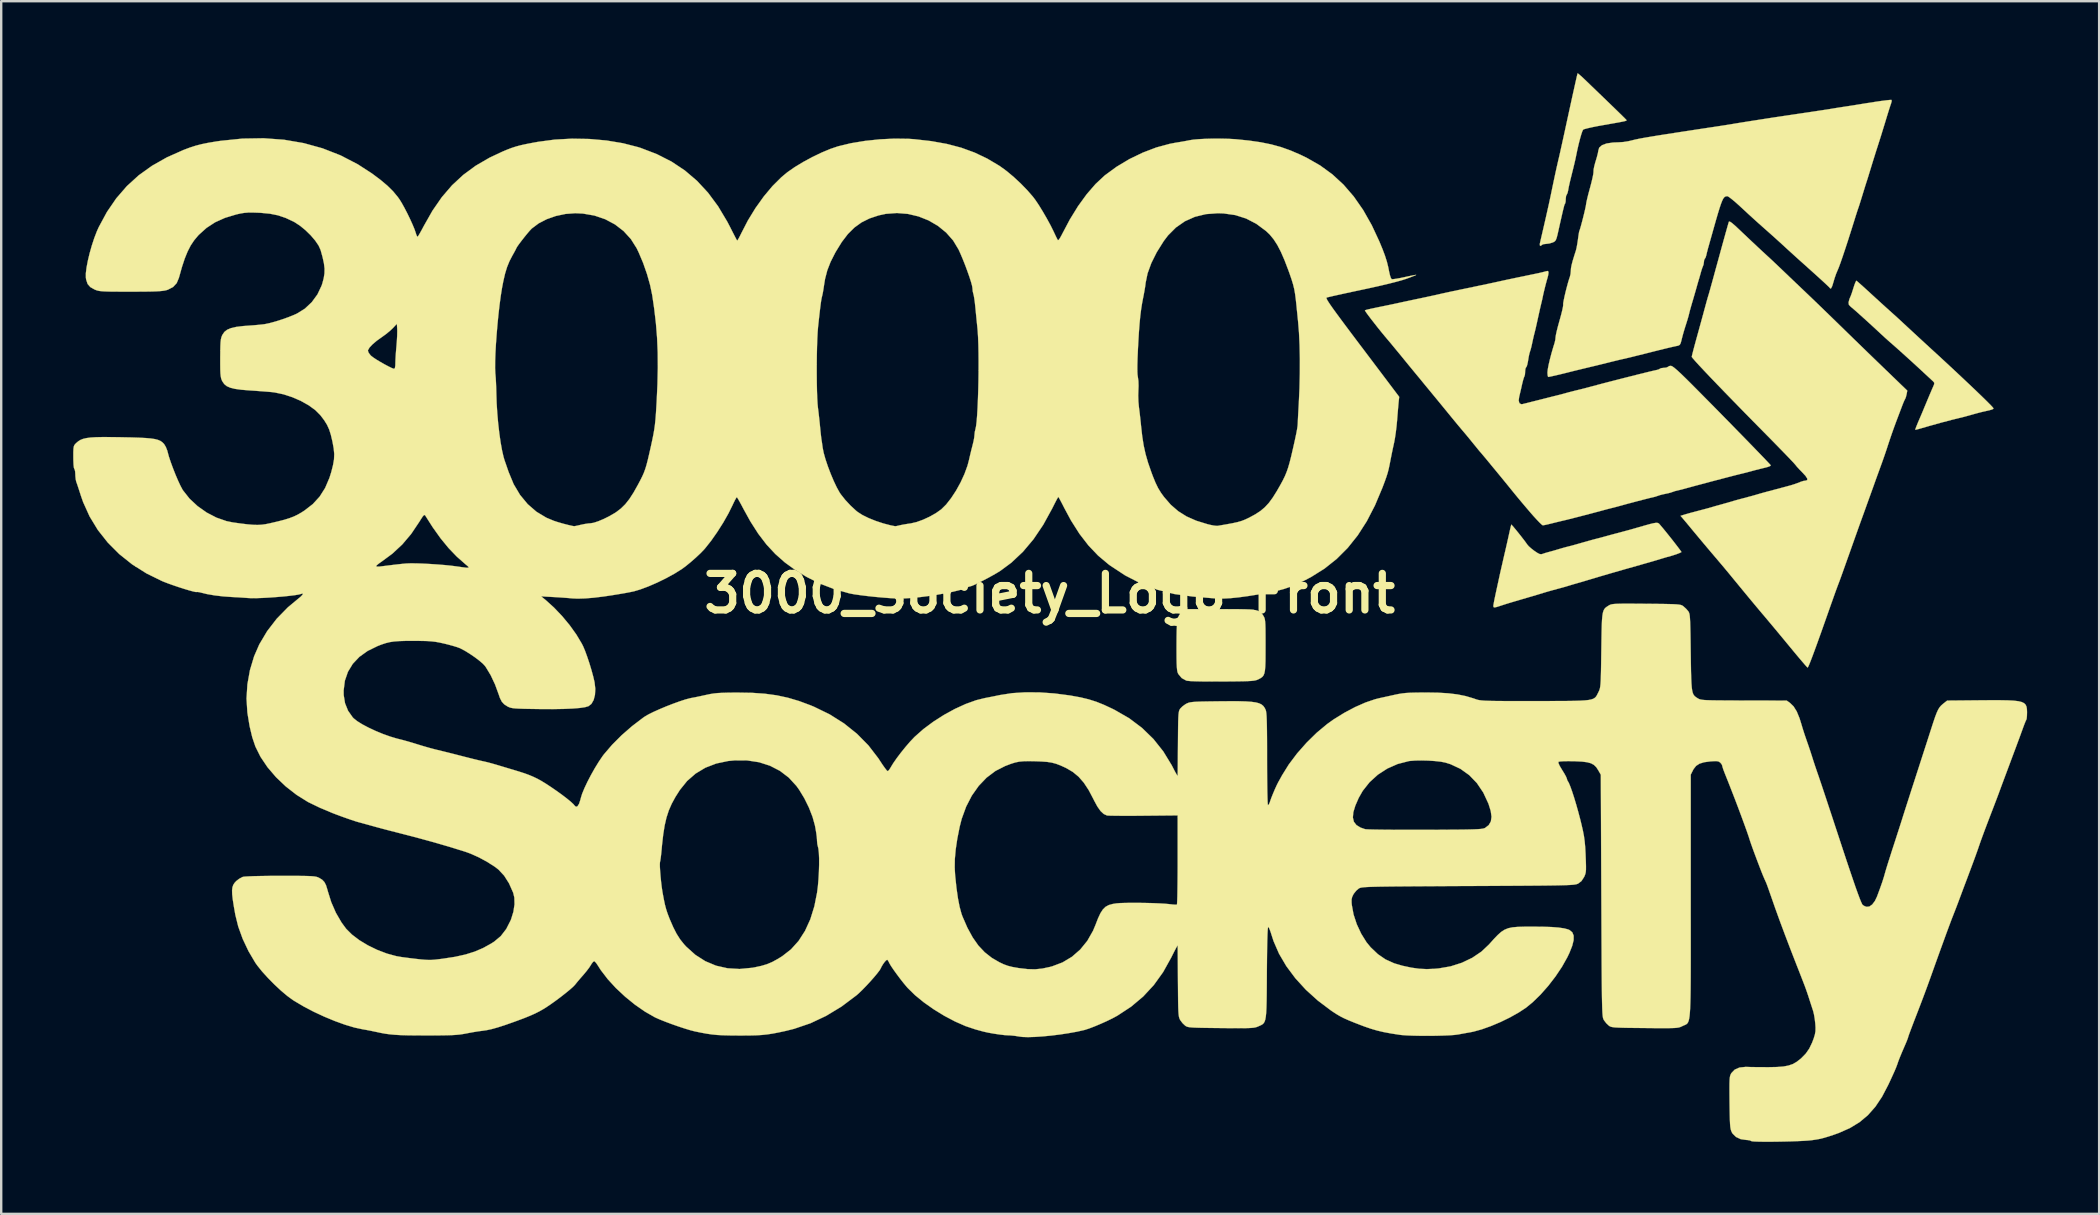
<source format=kicad_pcb>
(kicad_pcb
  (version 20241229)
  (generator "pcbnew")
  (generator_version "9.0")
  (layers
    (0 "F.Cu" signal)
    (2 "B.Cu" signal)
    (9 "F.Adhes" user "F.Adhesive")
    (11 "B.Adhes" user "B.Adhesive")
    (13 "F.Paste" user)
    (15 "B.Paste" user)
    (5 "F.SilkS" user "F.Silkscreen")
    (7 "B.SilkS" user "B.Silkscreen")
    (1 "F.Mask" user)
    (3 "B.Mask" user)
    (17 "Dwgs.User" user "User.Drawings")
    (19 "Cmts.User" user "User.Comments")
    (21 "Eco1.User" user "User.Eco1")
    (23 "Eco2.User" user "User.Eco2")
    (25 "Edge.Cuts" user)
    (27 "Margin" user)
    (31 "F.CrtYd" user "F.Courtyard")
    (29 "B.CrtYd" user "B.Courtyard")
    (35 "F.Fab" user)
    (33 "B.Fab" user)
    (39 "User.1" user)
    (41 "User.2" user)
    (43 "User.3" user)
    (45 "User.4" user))
  (footprint "3000_Society_Logo_Front"
    (layer "F.Cu")
    (at 40.687 21.676)
    (property "Reference" "3000_Society_Logo_Front" (at 0 0 0) (layer "F.SilkS") (effects (font (size 1.524 1.524) (thickness 0.3))))
    (attr through_hole)
    (fp_poly (pts (xy 7.526 0.657) (xy 7.863 0.659) (xy 8.134 0.664) (xy 8.346 0.673) (xy 8.508 0.688) (xy 8.63 0.71) (xy 8.719 0.741) (xy 8.785 0.781) (xy 8.836 0.832) (xy 8.881 0.895) (xy 8.9 0.926) (xy 8.929 0.975) (xy 8.952 1.026) (xy 8.968 1.09) (xy 8.98 1.178) (xy 8.988 1.3) (xy 8.993 1.467) (xy 8.995 1.692) (xy 8.996 1.983) (xy 8.996 2.182) (xy 8.995 2.54) (xy 8.993 2.823) (xy 8.985 3.042) (xy 8.971 3.206) (xy 8.948 3.326) (xy 8.913 3.413) (xy 8.866 3.475) (xy 8.802 3.523) (xy 8.721 3.567) (xy 8.692 3.581) (xy 8.641 3.604) (xy 8.581 3.622) (xy 8.503 3.636) (xy 8.397 3.647) (xy 8.254 3.655) (xy 8.063 3.661) (xy 7.814 3.665) (xy 7.5 3.668) (xy 7.176 3.67) (xy 6.739 3.671) (xy 6.374 3.669) (xy 6.083 3.663) (xy 5.869 3.654) (xy 5.734 3.641) (xy 5.694 3.633) (xy 5.503 3.528) (xy 5.366 3.364) (xy 5.347 3.329) (xy 5.326 3.274) (xy 5.311 3.192) (xy 5.3 3.072) (xy 5.292 2.906) (xy 5.288 2.681) (xy 5.287 2.388) (xy 5.287 2.176) (xy 5.289 1.817) (xy 5.294 1.533) (xy 5.304 1.312) (xy 5.322 1.145) (xy 5.348 1.02) (xy 5.386 0.927) (xy 5.437 0.855) (xy 5.502 0.795) (xy 5.551 0.758) (xy 5.694 0.656) (xy 7.112 0.656) (xy 7.526 0.657)) (stroke (width 0.01) (type solid)) (fill yes) (layer "F.SilkS"))
    (fp_poly (pts (xy 33.656 -12.998) (xy 33.746 -12.919) (xy 33.873 -12.806) (xy 34.026 -12.667) (xy 34.063 -12.633) (xy 34.406 -12.319) (xy 34.723 -12.03) (xy 35 -11.779) (xy 35.199 -11.601) (xy 35.3 -11.51) (xy 35.442 -11.379) (xy 35.604 -11.229) (xy 35.729 -11.113) (xy 35.87 -10.982) (xy 36.058 -10.808) (xy 36.278 -10.605) (xy 36.515 -10.387) (xy 36.753 -10.168) (xy 36.831 -10.097) (xy 37.178 -9.778) (xy 37.518 -9.463) (xy 37.845 -9.158) (xy 38.153 -8.868) (xy 38.438 -8.599) (xy 38.693 -8.355) (xy 38.912 -8.143) (xy 39.091 -7.967) (xy 39.224 -7.832) (xy 39.304 -7.745) (xy 39.328 -7.711) (xy 39.316 -7.687) (xy 39.27 -7.664) (xy 39.177 -7.636) (xy 39.021 -7.6) (xy 38.925 -7.579) (xy 38.799 -7.549) (xy 38.628 -7.504) (xy 38.448 -7.454) (xy 38.439 -7.451) (xy 38.263 -7.402) (xy 38.099 -7.357) (xy 37.979 -7.327) (xy 37.973 -7.326) (xy 37.579 -7.23) (xy 37.136 -7.113) (xy 36.63 -6.971) (xy 36.534 -6.943) (xy 36.333 -6.885) (xy 36.2 -6.847) (xy 36.121 -6.827) (xy 36.082 -6.82) (xy 36.069 -6.824) (xy 36.068 -6.829) (xy 36.084 -6.878) (xy 36.125 -6.984) (xy 36.182 -7.124) (xy 36.248 -7.277) (xy 36.259 -7.303) (xy 36.296 -7.389) (xy 36.358 -7.534) (xy 36.435 -7.72) (xy 36.521 -7.926) (xy 36.535 -7.959) (xy 36.622 -8.168) (xy 36.704 -8.361) (xy 36.771 -8.518) (xy 36.816 -8.62) (xy 36.82 -8.629) (xy 36.859 -8.726) (xy 36.856 -8.784) (xy 36.808 -8.84) (xy 36.805 -8.843) (xy 36.743 -8.9) (xy 36.634 -9.001) (xy 36.495 -9.13) (xy 36.34 -9.274) (xy 36.081 -9.513) (xy 35.811 -9.759) (xy 35.547 -9.998) (xy 35.305 -10.215) (xy 35.103 -10.393) (xy 35.052 -10.437) (xy 34.935 -10.54) (xy 34.782 -10.678) (xy 34.618 -10.829) (xy 34.543 -10.899) (xy 34.344 -11.084) (xy 34.134 -11.276) (xy 33.926 -11.465) (xy 33.732 -11.639) (xy 33.566 -11.787) (xy 33.439 -11.896) (xy 33.378 -11.947) (xy 33.303 -12.025) (xy 33.289 -12.112) (xy 33.298 -12.165) (xy 33.327 -12.271) (xy 33.357 -12.34) (xy 33.383 -12.399) (xy 33.425 -12.516) (xy 33.474 -12.669) (xy 33.487 -12.711) (xy 33.536 -12.862) (xy 33.58 -12.973) (xy 33.61 -13.027) (xy 33.616 -13.029) (xy 33.656 -12.998)) (stroke (width 0.01) (type solid)) (fill yes) (layer "F.SilkS"))
    (fp_poly (pts (xy 22.033 -21.65) (xy 22.115 -21.58) (xy 22.234 -21.472) (xy 22.378 -21.335) (xy 22.405 -21.309) (xy 22.566 -21.153) (xy 22.77 -20.957) (xy 22.997 -20.738) (xy 23.228 -20.515) (xy 23.41 -20.339) (xy 23.598 -20.158) (xy 23.763 -19.997) (xy 23.897 -19.865) (xy 23.991 -19.771) (xy 24.035 -19.725) (xy 24.037 -19.722) (xy 24.038 -19.709) (xy 24.022 -19.697) (xy 23.979 -19.682) (xy 23.9 -19.664) (xy 23.776 -19.639) (xy 23.595 -19.606) (xy 23.35 -19.563) (xy 23.072 -19.514) (xy 22.821 -19.469) (xy 22.598 -19.424) (xy 22.415 -19.382) (xy 22.288 -19.348) (xy 22.23 -19.324) (xy 22.197 -19.26) (xy 22.152 -19.129) (xy 22.099 -18.944) (xy 22.042 -18.722) (xy 21.986 -18.477) (xy 21.934 -18.224) (xy 21.93 -18.203) (xy 21.902 -18.071) (xy 21.86 -17.891) (xy 21.813 -17.697) (xy 21.802 -17.653) (xy 21.737 -17.391) (xy 21.688 -17.194) (xy 21.654 -17.046) (xy 21.629 -16.931) (xy 21.611 -16.832) (xy 21.605 -16.795) (xy 21.579 -16.686) (xy 21.548 -16.618) (xy 21.542 -16.612) (xy 21.518 -16.559) (xy 21.506 -16.456) (xy 21.505 -16.43) (xy 21.498 -16.318) (xy 21.48 -16.246) (xy 21.475 -16.24) (xy 21.463 -16.222) (xy 21.449 -16.185) (xy 21.43 -16.12) (xy 21.404 -16.017) (xy 21.368 -15.866) (xy 21.321 -15.659) (xy 21.259 -15.386) (xy 21.2 -15.12) (xy 21.155 -14.924) (xy 21.12 -14.795) (xy 21.086 -14.715) (xy 21.045 -14.667) (xy 20.989 -14.635) (xy 20.96 -14.622) (xy 20.819 -14.58) (xy 20.678 -14.563) (xy 20.677 -14.563) (xy 20.574 -14.551) (xy 20.512 -14.523) (xy 20.511 -14.52) (xy 20.46 -14.477) (xy 20.425 -14.504) (xy 20.425 -14.573) (xy 20.441 -14.645) (xy 20.473 -14.783) (xy 20.517 -14.973) (xy 20.569 -15.198) (xy 20.613 -15.388) (xy 20.676 -15.664) (xy 20.74 -15.948) (xy 20.8 -16.215) (xy 20.848 -16.439) (xy 20.868 -16.531) (xy 20.968 -17.014) (xy 21.054 -17.42) (xy 21.125 -17.745) (xy 21.181 -17.99) (xy 21.186 -18.013) (xy 21.206 -18.097) (xy 21.227 -18.186) (xy 21.251 -18.29) (xy 21.279 -18.416) (xy 21.313 -18.571) (xy 21.356 -18.764) (xy 21.409 -19.004) (xy 21.473 -19.298) (xy 21.55 -19.654) (xy 21.643 -20.08) (xy 21.7 -20.341) (xy 21.77 -20.662) (xy 21.835 -20.956) (xy 21.892 -21.212) (xy 21.939 -21.421) (xy 21.974 -21.573) (xy 21.995 -21.657) (xy 21.999 -21.671) (xy 22.033 -21.65)) (stroke (width 0.01) (type solid)) (fill yes) (layer "F.SilkS"))
    (fp_poly (pts (xy 25.363 -2.927) (xy 25.398 -2.9) (xy 25.432 -2.861) (xy 25.463 -2.823) (xy 25.559 -2.711) (xy 25.677 -2.566) (xy 25.809 -2.402) (xy 25.945 -2.231) (xy 26.073 -2.066) (xy 26.185 -1.92) (xy 26.271 -1.806) (xy 26.319 -1.737) (xy 26.326 -1.722) (xy 26.233 -1.677) (xy 26.092 -1.624) (xy 25.934 -1.574) (xy 25.908 -1.566) (xy 25.705 -1.51) (xy 25.52 -1.455) (xy 25.358 -1.405) (xy 25.263 -1.377) (xy 25.107 -1.331) (xy 24.908 -1.274) (xy 24.686 -1.211) (xy 24.617 -1.191) (xy 23.984 -1.012) (xy 23.397 -0.843) (xy 22.868 -0.688) (xy 22.407 -0.55) (xy 22.267 -0.508) (xy 22.16 -0.476) (xy 22.019 -0.436) (xy 21.971 -0.422) (xy 21.807 -0.375) (xy 21.642 -0.325) (xy 21.609 -0.315) (xy 21.473 -0.274) (xy 21.298 -0.226) (xy 21.164 -0.19) (xy 20.979 -0.14) (xy 20.762 -0.079) (xy 20.574 -0.023) (xy 20.366 0.041) (xy 20.138 0.109) (xy 19.96 0.161) (xy 19.639 0.255) (xy 19.387 0.329) (xy 19.189 0.388) (xy 19.032 0.436) (xy 18.904 0.477) (xy 18.793 0.513) (xy 18.632 0.565) (xy 18.538 0.585) (xy 18.494 0.568) (xy 18.488 0.508) (xy 18.504 0.413) (xy 18.518 0.338) (xy 18.536 0.246) (xy 18.561 0.125) (xy 18.595 -0.035) (xy 18.641 -0.247) (xy 18.701 -0.521) (xy 18.753 -0.762) (xy 18.777 -0.87) (xy 18.816 -1.041) (xy 18.865 -1.255) (xy 18.919 -1.492) (xy 18.946 -1.609) (xy 19.005 -1.862) (xy 19.062 -2.112) (xy 19.112 -2.336) (xy 19.151 -2.511) (xy 19.162 -2.561) (xy 19.195 -2.708) (xy 19.222 -2.817) (xy 19.236 -2.867) (xy 19.237 -2.868) (xy 19.265 -2.841) (xy 19.333 -2.763) (xy 19.429 -2.648) (xy 19.54 -2.511) (xy 19.654 -2.367) (xy 19.759 -2.231) (xy 19.844 -2.118) (xy 19.896 -2.043) (xy 19.897 -2.042) (xy 19.964 -1.964) (xy 20.077 -1.864) (xy 20.197 -1.772) (xy 20.332 -1.682) (xy 20.424 -1.638) (xy 20.494 -1.633) (xy 20.536 -1.645) (xy 20.645 -1.682) (xy 20.782 -1.721) (xy 20.807 -1.728) (xy 20.948 -1.766) (xy 21.119 -1.816) (xy 21.209 -1.843) (xy 21.369 -1.89) (xy 21.522 -1.932) (xy 21.59 -1.949) (xy 21.741 -1.987) (xy 21.886 -2.027) (xy 22.195 -2.115) (xy 22.435 -2.184) (xy 22.621 -2.235) (xy 22.765 -2.273) (xy 22.818 -2.286) (xy 22.969 -2.325) (xy 23.114 -2.365) (xy 23.219 -2.394) (xy 23.379 -2.438) (xy 23.57 -2.489) (xy 23.686 -2.519) (xy 23.878 -2.571) (xy 24.053 -2.618) (xy 24.186 -2.654) (xy 24.236 -2.668) (xy 24.562 -2.762) (xy 24.816 -2.835) (xy 25.008 -2.888) (xy 25.149 -2.922) (xy 25.249 -2.939) (xy 25.317 -2.94) (xy 25.363 -2.927)) (stroke (width 0.01) (type solid)) (fill yes) (layer "F.SilkS"))
    (fp_poly (pts (xy 28.427 -15.437) (xy 28.567 -15.317) (xy 28.629 -15.259) (xy 28.972 -14.934) (xy 29.259 -14.663) (xy 29.499 -14.438) (xy 29.696 -14.254) (xy 29.857 -14.106) (xy 29.91 -14.057) (xy 30.035 -13.942) (xy 30.201 -13.786) (xy 30.389 -13.608) (xy 30.58 -13.426) (xy 30.628 -13.38) (xy 30.842 -13.175) (xy 31.084 -12.944) (xy 31.324 -12.716) (xy 31.533 -12.517) (xy 31.538 -12.512) (xy 31.69 -12.367) (xy 31.888 -12.177) (xy 32.12 -11.953) (xy 32.373 -11.708) (xy 32.633 -11.456) (xy 32.874 -11.221) (xy 33.151 -10.951) (xy 33.469 -10.641) (xy 33.81 -10.31) (xy 34.154 -9.976) (xy 34.483 -9.658) (xy 34.75 -9.4) (xy 35.736 -8.449) (xy 35.707 -8.299) (xy 35.68 -8.187) (xy 35.651 -8.112) (xy 35.648 -8.107) (xy 35.616 -8.046) (xy 35.568 -7.934) (xy 35.528 -7.832) (xy 35.475 -7.692) (xy 35.403 -7.502) (xy 35.323 -7.291) (xy 35.271 -7.154) (xy 35.184 -6.917) (xy 35.086 -6.641) (xy 34.993 -6.368) (xy 34.945 -6.223) (xy 34.869 -5.989) (xy 34.786 -5.745) (xy 34.708 -5.523) (xy 34.663 -5.397) (xy 34.584 -5.18) (xy 34.495 -4.936) (xy 34.417 -4.72) (xy 34.32 -4.448) (xy 34.202 -4.12) (xy 34.072 -3.76) (xy 33.94 -3.392) (xy 33.823 -3.069) (xy 33.752 -2.873) (xy 33.665 -2.629) (xy 33.573 -2.371) (xy 33.498 -2.159) (xy 33.338 -1.708) (xy 33.204 -1.332) (xy 33.095 -1.025) (xy 33.008 -0.781) (xy 32.941 -0.596) (xy 32.892 -0.464) (xy 32.859 -0.379) (xy 32.852 -0.36) (xy 32.822 -0.28) (xy 32.769 -0.136) (xy 32.699 0.058) (xy 32.618 0.287) (xy 32.532 0.529) (xy 32.329 1.106) (xy 32.153 1.604) (xy 32.001 2.027) (xy 31.874 2.376) (xy 31.771 2.653) (xy 31.691 2.86) (xy 31.633 3.001) (xy 31.596 3.076) (xy 31.583 3.09) (xy 31.549 3.059) (xy 31.471 2.973) (xy 31.357 2.84) (xy 31.215 2.673) (xy 31.054 2.48) (xy 31.042 2.466) (xy 30.666 2.011) (xy 30.336 1.612) (xy 30.042 1.26) (xy 29.777 0.944) (xy 29.676 0.826) (xy 29.435 0.538) (xy 29.16 0.208) (xy 28.872 -0.141) (xy 28.589 -0.485) (xy 28.455 -0.648) (xy 28.302 -0.835) (xy 28.117 -1.057) (xy 27.924 -1.286) (xy 27.757 -1.483) (xy 27.585 -1.685) (xy 27.381 -1.926) (xy 27.169 -2.179) (xy 26.968 -2.42) (xy 26.912 -2.487) (xy 26.754 -2.677) (xy 26.61 -2.851) (xy 26.489 -2.996) (xy 26.404 -3.097) (xy 26.372 -3.135) (xy 26.287 -3.232) (xy 26.447 -3.282) (xy 26.555 -3.314) (xy 26.72 -3.36) (xy 26.916 -3.412) (xy 27.051 -3.448) (xy 27.245 -3.499) (xy 27.418 -3.545) (xy 27.547 -3.581) (xy 27.601 -3.597) (xy 27.713 -3.631) (xy 27.851 -3.669) (xy 27.877 -3.676) (xy 28.006 -3.712) (xy 28.178 -3.761) (xy 28.342 -3.808) (xy 28.492 -3.852) (xy 28.621 -3.889) (xy 28.754 -3.925) (xy 28.918 -3.969) (xy 29.136 -4.027) (xy 29.275 -4.064) (xy 29.398 -4.099) (xy 29.422 -4.106) (xy 29.554 -4.145) (xy 29.73 -4.195) (xy 29.962 -4.258) (xy 30.264 -4.338) (xy 30.268 -4.339) (xy 30.531 -4.409) (xy 30.728 -4.462) (xy 30.875 -4.502) (xy 30.986 -4.536) (xy 31.079 -4.567) (xy 31.169 -4.6) (xy 31.271 -4.641) (xy 31.297 -4.651) (xy 31.412 -4.687) (xy 31.498 -4.699) (xy 31.568 -4.721) (xy 31.567 -4.788) (xy 31.494 -4.899) (xy 31.356 -5.048) (xy 31.235 -5.172) (xy 31.132 -5.285) (xy 31.067 -5.365) (xy 31.065 -5.367) (xy 31.022 -5.417) (xy 30.925 -5.521) (xy 30.783 -5.671) (xy 30.6 -5.86) (xy 30.384 -6.082) (xy 30.142 -6.33) (xy 29.88 -6.596) (xy 29.755 -6.723) (xy 29.308 -7.176) (xy 28.885 -7.607) (xy 28.491 -8.011) (xy 28.128 -8.384) (xy 27.8 -8.724) (xy 27.51 -9.026) (xy 27.263 -9.287) (xy 27.06 -9.504) (xy 26.906 -9.673) (xy 26.804 -9.79) (xy 26.757 -9.851) (xy 26.755 -9.859) (xy 26.766 -9.914) (xy 26.796 -10.036) (xy 26.841 -10.21) (xy 26.898 -10.422) (xy 26.945 -10.594) (xy 27.022 -10.872) (xy 27.103 -11.167) (xy 27.181 -11.451) (xy 27.247 -11.693) (xy 27.267 -11.769) (xy 27.322 -11.97) (xy 27.371 -12.151) (xy 27.41 -12.289) (xy 27.431 -12.361) (xy 27.451 -12.427) (xy 27.475 -12.507) (xy 27.505 -12.613) (xy 27.545 -12.756) (xy 27.598 -12.946) (xy 27.666 -13.194) (xy 27.752 -13.51) (xy 27.774 -13.589) (xy 27.894 -14.025) (xy 28.001 -14.417) (xy 28.095 -14.757) (xy 28.174 -15.04) (xy 28.236 -15.26) (xy 28.279 -15.411) (xy 28.302 -15.487) (xy 28.302 -15.489) (xy 28.34 -15.494) (xy 28.427 -15.437)) (stroke (width 0.01) (type solid)) (fill yes) (layer "F.SilkS"))
    (fp_poly (pts (xy 20.782 -13.408) (xy 20.786 -13.366) (xy 20.773 -13.262) (xy 20.744 -13.148) (xy 20.707 -13.019) (xy 20.66 -12.843) (xy 20.613 -12.653) (xy 20.572 -12.48) (xy 20.547 -12.361) (xy 20.523 -12.245) (xy 20.491 -12.111) (xy 20.49 -12.107) (xy 20.466 -12.008) (xy 20.429 -11.848) (xy 20.385 -11.65) (xy 20.341 -11.451) (xy 20.295 -11.242) (xy 20.252 -11.051) (xy 20.216 -10.901) (xy 20.194 -10.816) (xy 20.166 -10.704) (xy 20.131 -10.549) (xy 20.107 -10.435) (xy 20.074 -10.284) (xy 20.041 -10.157) (xy 20.021 -10.097) (xy 19.99 -9.996) (xy 19.963 -9.868) (xy 19.962 -9.864) (xy 19.928 -9.656) (xy 19.899 -9.521) (xy 19.872 -9.444) (xy 19.849 -9.416) (xy 19.825 -9.363) (xy 19.812 -9.259) (xy 19.812 -9.233) (xy 19.805 -9.122) (xy 19.786 -9.05) (xy 19.782 -9.043) (xy 19.759 -8.99) (xy 19.725 -8.876) (xy 19.687 -8.724) (xy 19.679 -8.687) (xy 19.638 -8.504) (xy 19.597 -8.33) (xy 19.566 -8.201) (xy 19.564 -8.194) (xy 19.544 -8.037) (xy 19.572 -7.93) (xy 19.644 -7.884) (xy 19.699 -7.887) (xy 19.772 -7.905) (xy 19.909 -7.939) (xy 20.094 -7.986) (xy 20.309 -8.04) (xy 20.405 -8.064) (xy 20.634 -8.122) (xy 20.846 -8.176) (xy 21.021 -8.22) (xy 21.14 -8.249) (xy 21.167 -8.256) (xy 21.311 -8.292) (xy 21.467 -8.335) (xy 21.484 -8.34) (xy 21.664 -8.389) (xy 21.876 -8.443) (xy 22.13 -8.505) (xy 22.25 -8.535) (xy 22.418 -8.579) (xy 22.596 -8.627) (xy 22.606 -8.629) (xy 22.812 -8.685) (xy 23.062 -8.751) (xy 23.344 -8.824) (xy 23.644 -8.901) (xy 23.952 -8.98) (xy 24.254 -9.056) (xy 24.538 -9.128) (xy 24.793 -9.191) (xy 25.005 -9.243) (xy 25.162 -9.28) (xy 25.253 -9.3) (xy 25.263 -9.302) (xy 25.364 -9.327) (xy 25.423 -9.358) (xy 25.424 -9.36) (xy 25.478 -9.386) (xy 25.579 -9.398) (xy 25.59 -9.398) (xy 25.695 -9.409) (xy 25.757 -9.437) (xy 25.76 -9.44) (xy 25.818 -9.474) (xy 25.886 -9.483) (xy 25.939 -9.464) (xy 26.026 -9.403) (xy 26.151 -9.297) (xy 26.319 -9.141) (xy 26.536 -8.93) (xy 26.719 -8.748) (xy 26.963 -8.503) (xy 27.229 -8.234) (xy 27.512 -7.948) (xy 27.806 -7.65) (xy 28.105 -7.345) (xy 28.403 -7.042) (xy 28.693 -6.744) (xy 28.971 -6.46) (xy 29.23 -6.194) (xy 29.463 -5.953) (xy 29.666 -5.743) (xy 29.832 -5.57) (xy 29.954 -5.441) (xy 30.028 -5.361) (xy 30.048 -5.336) (xy 30.019 -5.306) (xy 29.929 -5.271) (xy 29.858 -5.251) (xy 29.605 -5.189) (xy 29.407 -5.139) (xy 29.236 -5.093) (xy 29.189 -5.08) (xy 29.036 -5.039) (xy 28.887 -5.002) (xy 28.871 -4.998) (xy 28.747 -4.968) (xy 28.555 -4.92) (xy 28.312 -4.857) (xy 28.032 -4.784) (xy 27.73 -4.705) (xy 27.422 -4.623) (xy 27.122 -4.543) (xy 26.845 -4.469) (xy 26.606 -4.404) (xy 26.501 -4.375) (xy 26.351 -4.334) (xy 26.219 -4.302) (xy 26.162 -4.289) (xy 26.042 -4.259) (xy 25.971 -4.233) (xy 25.864 -4.197) (xy 25.77 -4.173) (xy 25.633 -4.144) (xy 25.538 -4.124) (xy 25.417 -4.092) (xy 25.337 -4.064) (xy 25.225 -4.027) (xy 25.146 -4.008) (xy 25.061 -3.989) (xy 24.912 -3.952) (xy 24.716 -3.902) (xy 24.492 -3.844) (xy 24.256 -3.781) (xy 24.026 -3.72) (xy 23.821 -3.663) (xy 23.812 -3.661) (xy 23.648 -3.616) (xy 23.492 -3.575) (xy 23.41 -3.555) (xy 23.259 -3.517) (xy 23.114 -3.478) (xy 22.974 -3.44) (xy 22.783 -3.389) (xy 22.558 -3.329) (xy 22.317 -3.266) (xy 22.075 -3.203) (xy 21.852 -3.146) (xy 21.662 -3.098) (xy 21.524 -3.063) (xy 21.463 -3.049) (xy 21.352 -3.023) (xy 21.19 -2.984) (xy 21.007 -2.939) (xy 20.96 -2.927) (xy 20.792 -2.886) (xy 20.652 -2.854) (xy 20.564 -2.838) (xy 20.549 -2.836) (xy 20.503 -2.867) (xy 20.414 -2.951) (xy 20.292 -3.079) (xy 20.147 -3.238) (xy 20.057 -3.341) (xy 19.873 -3.556) (xy 19.676 -3.789) (xy 19.488 -4.014) (xy 19.331 -4.206) (xy 19.304 -4.239) (xy 19.147 -4.433) (xy 18.979 -4.639) (xy 18.824 -4.829) (xy 18.741 -4.93) (xy 18.594 -5.109) (xy 18.424 -5.314) (xy 18.265 -5.508) (xy 18.234 -5.546) (xy 18.119 -5.684) (xy 18.025 -5.796) (xy 17.964 -5.868) (xy 17.949 -5.884) (xy 17.914 -5.924) (xy 17.839 -6.015) (xy 17.735 -6.143) (xy 17.653 -6.244) (xy 17.518 -6.41) (xy 17.384 -6.573) (xy 17.272 -6.707) (xy 17.231 -6.755) (xy 17.151 -6.849) (xy 17.031 -6.992) (xy 16.886 -7.168) (xy 16.728 -7.36) (xy 16.658 -7.446) (xy 16.476 -7.668) (xy 16.279 -7.909) (xy 16.087 -8.143) (xy 15.923 -8.342) (xy 15.896 -8.375) (xy 15.761 -8.539) (xy 15.64 -8.685) (xy 15.547 -8.799) (xy 15.495 -8.863) (xy 15.494 -8.864) (xy 15.431 -8.942) (xy 15.338 -9.053) (xy 15.282 -9.121) (xy 15.204 -9.215) (xy 15.086 -9.359) (xy 14.94 -9.536) (xy 14.78 -9.732) (xy 14.69 -9.843) (xy 14.53 -10.038) (xy 14.378 -10.222) (xy 14.248 -10.38) (xy 14.151 -10.496) (xy 14.115 -10.538) (xy 13.979 -10.699) (xy 13.83 -10.88) (xy 13.675 -11.072) (xy 13.525 -11.263) (xy 13.387 -11.44) (xy 13.271 -11.593) (xy 13.186 -11.711) (xy 13.141 -11.781) (xy 13.136 -11.795) (xy 13.184 -11.812) (xy 13.298 -11.841) (xy 13.461 -11.877) (xy 13.656 -11.918) (xy 13.659 -11.919) (xy 13.905 -11.969) (xy 14.167 -12.023) (xy 14.408 -12.074) (xy 14.541 -12.103) (xy 14.742 -12.147) (xy 14.992 -12.2) (xy 15.254 -12.256) (xy 15.452 -12.297) (xy 15.682 -12.346) (xy 15.908 -12.395) (xy 16.105 -12.438) (xy 16.235 -12.468) (xy 16.353 -12.495) (xy 16.537 -12.535) (xy 16.771 -12.586) (xy 17.038 -12.642) (xy 17.321 -12.701) (xy 17.399 -12.717) (xy 17.696 -12.779) (xy 17.994 -12.842) (xy 18.272 -12.9) (xy 18.51 -12.951) (xy 18.688 -12.99) (xy 18.711 -12.995) (xy 18.861 -13.028) (xy 19.007 -13.06) (xy 19.163 -13.093) (xy 19.343 -13.131) (xy 19.561 -13.177) (xy 19.832 -13.233) (xy 20.17 -13.303) (xy 20.214 -13.312) (xy 20.39 -13.349) (xy 20.547 -13.386) (xy 20.656 -13.414) (xy 20.669 -13.418) (xy 20.752 -13.436) (xy 20.782 -13.408)) (stroke (width 0.01) (type solid)) (fill yes) (layer "F.SilkS"))
    (fp_poly (pts (xy 35.081 -20.56) (xy 35.085 -20.506) (xy 35.061 -20.417) (xy 35.028 -20.322) (xy 34.98 -20.174) (xy 34.925 -19.998) (xy 34.907 -19.939) (xy 34.808 -19.613) (xy 34.727 -19.35) (xy 34.661 -19.135) (xy 34.603 -18.95) (xy 34.548 -18.778) (xy 34.5 -18.627) (xy 34.438 -18.435) (xy 34.363 -18.195) (xy 34.284 -17.942) (xy 34.228 -17.759) (xy 34.165 -17.554) (xy 34.109 -17.37) (xy 34.064 -17.228) (xy 34.037 -17.146) (xy 34.037 -17.145) (xy 34.01 -17.061) (xy 33.965 -16.919) (xy 33.91 -16.739) (xy 33.866 -16.595) (xy 33.807 -16.405) (xy 33.755 -16.238) (xy 33.716 -16.116) (xy 33.698 -16.066) (xy 33.672 -15.991) (xy 33.628 -15.856) (xy 33.573 -15.684) (xy 33.534 -15.557) (xy 33.396 -15.118) (xy 33.267 -14.712) (xy 33.148 -14.349) (xy 33.043 -14.035) (xy 32.954 -13.778) (xy 32.883 -13.586) (xy 32.834 -13.467) (xy 32.831 -13.462) (xy 32.77 -13.317) (xy 32.706 -13.133) (xy 32.663 -12.986) (xy 32.609 -12.809) (xy 32.563 -12.715) (xy 32.524 -12.704) (xy 32.505 -12.733) (xy 32.471 -12.769) (xy 32.382 -12.854) (xy 32.25 -12.977) (xy 32.084 -13.129) (xy 31.892 -13.303) (xy 31.835 -13.354) (xy 31.577 -13.586) (xy 31.373 -13.769) (xy 31.213 -13.912) (xy 31.088 -14.025) (xy 30.989 -14.115) (xy 30.905 -14.191) (xy 30.829 -14.261) (xy 30.749 -14.333) (xy 30.658 -14.417) (xy 30.607 -14.464) (xy 30.44 -14.617) (xy 30.239 -14.799) (xy 30.031 -14.985) (xy 29.887 -15.113) (xy 29.689 -15.288) (xy 29.532 -15.428) (xy 29.399 -15.548) (xy 29.272 -15.663) (xy 29.134 -15.789) (xy 28.968 -15.943) (xy 28.771 -16.125) (xy 28.604 -16.276) (xy 28.454 -16.403) (xy 28.335 -16.496) (xy 28.258 -16.546) (xy 28.242 -16.551) (xy 28.192 -16.547) (xy 28.149 -16.534) (xy 28.108 -16.504) (xy 28.067 -16.449) (xy 28.024 -16.362) (xy 27.975 -16.237) (xy 27.917 -16.066) (xy 27.848 -15.842) (xy 27.765 -15.557) (xy 27.665 -15.204) (xy 27.556 -14.817) (xy 27.506 -14.641) (xy 27.46 -14.476) (xy 27.426 -14.357) (xy 27.425 -14.351) (xy 27.389 -14.213) (xy 27.36 -14.088) (xy 27.36 -14.086) (xy 27.331 -13.992) (xy 27.3 -13.946) (xy 27.271 -13.89) (xy 27.263 -13.819) (xy 27.247 -13.705) (xy 27.224 -13.641) (xy 27.19 -13.556) (xy 27.15 -13.43) (xy 27.135 -13.377) (xy 27.096 -13.236) (xy 27.06 -13.111) (xy 27.05 -13.081) (xy 27.02 -12.98) (xy 26.979 -12.837) (xy 26.953 -12.742) (xy 26.909 -12.588) (xy 26.852 -12.391) (xy 26.793 -12.188) (xy 26.781 -12.15) (xy 26.729 -11.97) (xy 26.683 -11.807) (xy 26.652 -11.687) (xy 26.647 -11.663) (xy 26.619 -11.553) (xy 26.575 -11.401) (xy 26.538 -11.282) (xy 26.468 -11.062) (xy 26.417 -10.892) (xy 26.375 -10.742) (xy 26.334 -10.581) (xy 26.328 -10.554) (xy 26.293 -10.426) (xy 26.254 -10.356) (xy 26.19 -10.323) (xy 26.107 -10.306) (xy 26.017 -10.287) (xy 25.86 -10.251) (xy 25.65 -10.201) (xy 25.402 -10.14) (xy 25.131 -10.072) (xy 25.025 -10.045) (xy 24.748 -9.975) (xy 24.488 -9.911) (xy 24.262 -9.854) (xy 24.082 -9.811) (xy 23.965 -9.783) (xy 23.939 -9.777) (xy 23.845 -9.757) (xy 23.745 -9.734) (xy 23.618 -9.703) (xy 23.445 -9.661) (xy 23.241 -9.61) (xy 23.027 -9.557) (xy 22.808 -9.503) (xy 22.667 -9.469) (xy 22.582 -9.449) (xy 22.445 -9.416) (xy 22.286 -9.378) (xy 22.088 -9.33) (xy 21.878 -9.279) (xy 21.738 -9.244) (xy 21.5 -9.184) (xy 21.272 -9.128) (xy 21.068 -9.08) (xy 20.906 -9.044) (xy 20.802 -9.023) (xy 20.775 -9.019) (xy 20.756 -9.056) (xy 20.745 -9.151) (xy 20.743 -9.212) (xy 20.756 -9.337) (xy 20.791 -9.524) (xy 20.845 -9.755) (xy 20.912 -10.012) (xy 20.989 -10.276) (xy 21.04 -10.438) (xy 21.071 -10.572) (xy 21.082 -10.685) (xy 21.094 -10.767) (xy 21.125 -10.912) (xy 21.172 -11.101) (xy 21.231 -11.316) (xy 21.251 -11.388) (xy 21.31 -11.601) (xy 21.357 -11.789) (xy 21.388 -11.934) (xy 21.399 -12.021) (xy 21.397 -12.035) (xy 21.399 -12.095) (xy 21.421 -12.217) (xy 21.456 -12.384) (xy 21.501 -12.576) (xy 21.552 -12.774) (xy 21.603 -12.961) (xy 21.65 -13.117) (xy 21.676 -13.189) (xy 21.704 -13.307) (xy 21.717 -13.447) (xy 21.717 -13.458) (xy 21.724 -13.557) (xy 21.749 -13.685) (xy 21.793 -13.856) (xy 21.862 -14.082) (xy 21.929 -14.291) (xy 21.955 -14.397) (xy 21.984 -14.555) (xy 22.011 -14.732) (xy 22.013 -14.749) (xy 22.035 -14.908) (xy 22.055 -15.033) (xy 22.07 -15.101) (xy 22.073 -15.106) (xy 22.095 -15.167) (xy 22.131 -15.29) (xy 22.176 -15.456) (xy 22.225 -15.644) (xy 22.272 -15.834) (xy 22.312 -16.006) (xy 22.341 -16.141) (xy 22.353 -16.218) (xy 22.353 -16.22) (xy 22.365 -16.296) (xy 22.396 -16.435) (xy 22.441 -16.62) (xy 22.498 -16.832) (xy 22.517 -16.901) (xy 22.574 -17.118) (xy 22.62 -17.313) (xy 22.651 -17.467) (xy 22.662 -17.563) (xy 22.661 -17.579) (xy 22.666 -17.662) (xy 22.693 -17.8) (xy 22.737 -17.966) (xy 22.752 -18.012) (xy 22.802 -18.181) (xy 22.84 -18.327) (xy 22.859 -18.426) (xy 22.86 -18.442) (xy 22.899 -18.574) (xy 23.016 -18.676) (xy 23.208 -18.748) (xy 23.474 -18.787) (xy 23.71 -18.796) (xy 23.9 -18.808) (xy 24.106 -18.84) (xy 24.202 -18.862) (xy 24.393 -18.909) (xy 24.603 -18.953) (xy 24.701 -18.971) (xy 24.885 -19.003) (xy 25.075 -19.035) (xy 25.167 -19.05) (xy 25.293 -19.071) (xy 25.488 -19.102) (xy 25.738 -19.141) (xy 26.029 -19.186) (xy 26.345 -19.235) (xy 26.674 -19.285) (xy 27 -19.335) (xy 27.309 -19.382) (xy 27.587 -19.424) (xy 27.644 -19.432) (xy 27.878 -19.468) (xy 28.106 -19.503) (xy 28.301 -19.534) (xy 28.439 -19.557) (xy 28.448 -19.558) (xy 28.581 -19.581) (xy 28.773 -19.612) (xy 28.997 -19.648) (xy 29.229 -19.685) (xy 29.231 -19.685) (xy 29.468 -19.722) (xy 29.704 -19.759) (xy 29.91 -19.791) (xy 30.057 -19.814) (xy 30.179 -19.833) (xy 30.368 -19.861) (xy 30.609 -19.897) (xy 30.886 -19.938) (xy 31.181 -19.982) (xy 31.327 -20.004) (xy 31.622 -20.047) (xy 31.904 -20.09) (xy 32.155 -20.128) (xy 32.362 -20.159) (xy 32.508 -20.182) (xy 32.554 -20.19) (xy 32.72 -20.218) (xy 32.923 -20.25) (xy 33.105 -20.278) (xy 33.302 -20.308) (xy 33.503 -20.339) (xy 33.655 -20.364) (xy 34.037 -20.426) (xy 34.37 -20.478) (xy 34.647 -20.519) (xy 34.861 -20.546) (xy 35.006 -20.561) (xy 35.076 -20.562) (xy 35.081 -20.56)) (stroke (width 0.01) (type solid)) (fill yes) (layer "F.SilkS"))
    (fp_poly (pts (xy -31.901 -18.903) (xy -31.084 -18.763) (xy -30.299 -18.546) (xy -29.549 -18.253) (xy -28.835 -17.884) (xy -28.241 -17.5) (xy -27.886 -17.234) (xy -27.596 -16.99) (xy -27.358 -16.755) (xy -27.161 -16.517) (xy -27.091 -16.419) (xy -26.996 -16.266) (xy -26.884 -16.064) (xy -26.764 -15.833) (xy -26.648 -15.593) (xy -26.545 -15.366) (xy -26.464 -15.171) (xy -26.418 -15.037) (xy -26.383 -14.929) (xy -26.35 -14.866) (xy -26.34 -14.86) (xy -26.31 -14.895) (xy -26.251 -14.992) (xy -26.171 -15.135) (xy -26.078 -15.309) (xy -26.077 -15.311) (xy -25.716 -15.948) (xy -25.327 -16.51) (xy -24.902 -17.005) (xy -24.434 -17.439) (xy -23.915 -17.821) (xy -23.336 -18.157) (xy -22.8 -18.409) (xy -22.592 -18.496) (xy -22.407 -18.566) (xy -22.226 -18.624) (xy -22.03 -18.676) (xy -21.8 -18.726) (xy -21.518 -18.78) (xy -21.314 -18.817) (xy -20.622 -18.909) (xy -19.905 -18.948) (xy -19.179 -18.935) (xy -18.466 -18.872) (xy -17.781 -18.758) (xy -17.146 -18.595) (xy -17.039 -18.561) (xy -16.371 -18.305) (xy -15.76 -17.995) (xy -15.204 -17.626) (xy -14.698 -17.195) (xy -14.236 -16.698) (xy -13.816 -16.131) (xy -13.433 -15.49) (xy -13.306 -15.246) (xy -13.209 -15.054) (xy -13.125 -14.891) (xy -13.062 -14.771) (xy -13.027 -14.708) (xy -13.023 -14.702) (xy -12.997 -14.727) (xy -12.946 -14.814) (xy -12.879 -14.944) (xy -12.856 -14.992) (xy -12.575 -15.537) (xy -12.257 -16.057) (xy -11.912 -16.539) (xy -11.55 -16.972) (xy -11.179 -17.341) (xy -10.932 -17.547) (xy -10.627 -17.76) (xy -10.272 -17.975) (xy -9.889 -18.182) (xy -9.501 -18.369) (xy -9.132 -18.523) (xy -8.818 -18.629) (xy -8.283 -18.758) (xy -7.695 -18.855) (xy -7.081 -18.92) (xy -6.468 -18.95) (xy -5.882 -18.942) (xy -5.646 -18.926) (xy -4.93 -18.845) (xy -4.279 -18.728) (xy -3.683 -18.571) (xy -3.129 -18.369) (xy -2.605 -18.12) (xy -2.099 -17.82) (xy -2.056 -17.791) (xy -1.785 -17.593) (xy -1.493 -17.348) (xy -1.201 -17.076) (xy -0.929 -16.796) (xy -0.697 -16.529) (xy -0.596 -16.396) (xy -0.452 -16.182) (xy -0.289 -15.917) (xy -0.122 -15.629) (xy 0.033 -15.345) (xy 0.16 -15.09) (xy 0.189 -15.028) (xy 0.255 -14.887) (xy 0.311 -14.775) (xy 0.344 -14.716) (xy 0.345 -14.715) (xy 0.377 -14.732) (xy 0.432 -14.81) (xy 0.501 -14.934) (xy 0.518 -14.969) (xy 0.841 -15.58) (xy 1.184 -16.137) (xy 1.544 -16.633) (xy 1.914 -17.06) (xy 2.289 -17.41) (xy 2.307 -17.425) (xy 2.791 -17.779) (xy 3.321 -18.096) (xy 3.88 -18.366) (xy 4.447 -18.582) (xy 5.005 -18.733) (xy 5.236 -18.777) (xy 5.436 -18.81) (xy 5.626 -18.843) (xy 5.774 -18.871) (xy 5.824 -18.882) (xy 5.992 -18.908) (xy 6.226 -18.928) (xy 6.506 -18.942) (xy 6.814 -18.95) (xy 7.129 -18.95) (xy 7.433 -18.943) (xy 7.707 -18.928) (xy 7.752 -18.925) (xy 8.304 -18.869) (xy 8.79 -18.799) (xy 9.229 -18.71) (xy 9.639 -18.598) (xy 10.037 -18.456) (xy 10.443 -18.281) (xy 10.71 -18.152) (xy 11.269 -17.833) (xy 11.78 -17.461) (xy 12.247 -17.03) (xy 12.673 -16.536) (xy 13.064 -15.975) (xy 13.422 -15.342) (xy 13.735 -14.671) (xy 13.871 -14.343) (xy 13.974 -14.068) (xy 14.051 -13.825) (xy 14.109 -13.591) (xy 14.141 -13.426) (xy 14.176 -13.269) (xy 14.214 -13.152) (xy 14.25 -13.095) (xy 14.253 -13.093) (xy 14.314 -13.094) (xy 14.44 -13.111) (xy 14.609 -13.141) (xy 14.785 -13.178) (xy 14.974 -13.219) (xy 15.129 -13.251) (xy 15.235 -13.27) (xy 15.273 -13.273) (xy 15.241 -13.255) (xy 15.145 -13.215) (xy 15 -13.16) (xy 14.852 -13.106) (xy 14.671 -13.048) (xy 14.416 -12.978) (xy 14.096 -12.897) (xy 13.723 -12.809) (xy 13.304 -12.716) (xy 13.02 -12.655) (xy 12.685 -12.584) (xy 12.374 -12.517) (xy 12.097 -12.456) (xy 11.865 -12.405) (xy 11.689 -12.364) (xy 11.577 -12.337) (xy 11.544 -12.328) (xy 11.534 -12.313) (xy 11.541 -12.28) (xy 11.568 -12.223) (xy 11.62 -12.138) (xy 11.698 -12.021) (xy 11.807 -11.866) (xy 11.95 -11.669) (xy 12.13 -11.425) (xy 12.35 -11.129) (xy 12.615 -10.776) (xy 12.926 -10.362) (xy 13.016 -10.244) (xy 14.565 -8.191) (xy 14.544 -8.001) (xy 14.533 -7.888) (xy 14.518 -7.712) (xy 14.5 -7.497) (xy 14.481 -7.263) (xy 14.478 -7.218) (xy 14.454 -6.962) (xy 14.422 -6.7) (xy 14.386 -6.459) (xy 14.351 -6.272) (xy 14.349 -6.265) (xy 14.3 -6.042) (xy 14.249 -5.796) (xy 14.206 -5.577) (xy 14.204 -5.567) (xy 14.162 -5.352) (xy 14.125 -5.179) (xy 14.085 -5.025) (xy 14.035 -4.866) (xy 13.969 -4.679) (xy 13.879 -4.44) (xy 13.865 -4.403) (xy 13.555 -3.667) (xy 13.214 -3.007) (xy 12.836 -2.418) (xy 12.419 -1.896) (xy 11.958 -1.435) (xy 11.451 -1.032) (xy 10.892 -0.682) (xy 10.583 -0.521) (xy 10.294 -0.385) (xy 10.028 -0.275) (xy 9.764 -0.185) (xy 9.482 -0.109) (xy 9.159 -0.039) (xy 8.775 0.03) (xy 8.74 0.036) (xy 8.271 0.111) (xy 7.872 0.165) (xy 7.531 0.199) (xy 7.238 0.215) (xy 6.979 0.213) (xy 6.837 0.204) (xy 6.657 0.189) (xy 6.423 0.169) (xy 6.169 0.148) (xy 5.948 0.129) (xy 5.202 0.027) (xy 4.488 -0.153) (xy 3.803 -0.412) (xy 3.144 -0.751) (xy 2.507 -1.171) (xy 2.455 -1.21) (xy 2.018 -1.577) (xy 1.615 -2) (xy 1.241 -2.485) (xy 0.889 -3.04) (xy 0.61 -3.559) (xy 0.52 -3.736) (xy 0.443 -3.882) (xy 0.388 -3.982) (xy 0.362 -4.022) (xy 0.361 -4.022) (xy 0.337 -3.986) (xy 0.283 -3.888) (xy 0.208 -3.743) (xy 0.118 -3.564) (xy 0.103 -3.534) (xy -0.268 -2.858) (xy -0.673 -2.258) (xy -1.115 -1.733) (xy -1.594 -1.282) (xy -2.046 -0.947) (xy -2.184 -0.861) (xy -2.359 -0.76) (xy -2.555 -0.652) (xy -2.757 -0.546) (xy -2.948 -0.449) (xy -3.112 -0.369) (xy -3.235 -0.316) (xy -3.3 -0.296) (xy -3.373 -0.277) (xy -3.419 -0.255) (xy -3.563 -0.195) (xy -3.778 -0.131) (xy -4.048 -0.066) (xy -4.36 -0.003) (xy -4.699 0.057) (xy -5.051 0.11) (xy -5.402 0.155) (xy -5.737 0.188) (xy -6.043 0.209) (xy -6.244 0.214) (xy -6.444 0.208) (xy -6.699 0.193) (xy -6.99 0.17) (xy -7.297 0.142) (xy -7.602 0.109) (xy -7.885 0.074) (xy -8.126 0.04) (xy -8.307 0.007) (xy -8.34 -0.000146) (xy -8.981 -0.181) (xy -9.569 -0.407) (xy -10.13 -0.689) (xy -10.592 -0.971) (xy -11.034 -1.291) (xy -11.433 -1.644) (xy -11.8 -2.039) (xy -12.142 -2.487) (xy -12.47 -3) (xy -12.754 -3.514) (xy -12.85 -3.696) (xy -12.934 -3.849) (xy -12.997 -3.958) (xy -13.031 -4.008) (xy -13.033 -4.009) (xy -13.061 -3.978) (xy -13.113 -3.886) (xy -13.18 -3.75) (xy -13.206 -3.692) (xy -13.385 -3.331) (xy -13.605 -2.944) (xy -13.852 -2.556) (xy -14.106 -2.193) (xy -14.354 -1.881) (xy -14.386 -1.843) (xy -14.542 -1.68) (xy -14.742 -1.492) (xy -14.961 -1.3) (xy -15.172 -1.128) (xy -15.332 -1.011) (xy -15.636 -0.821) (xy -15.984 -0.631) (xy -16.352 -0.451) (xy -16.718 -0.292) (xy -17.059 -0.165) (xy -17.314 -0.089) (xy -17.464 -0.057) (xy -17.678 -0.016) (xy -17.935 0.028) (xy -18.217 0.074) (xy -18.503 0.117) (xy -18.584 0.129) (xy -18.993 0.179) (xy -19.359 0.209) (xy -19.669 0.218) (xy -19.893 0.208) (xy -20.052 0.193) (xy -20.265 0.177) (xy -20.501 0.161) (xy -20.68 0.151) (xy -21.188 0.123) (xy -20.997 0.279) (xy -20.652 0.591) (xy -20.314 0.946) (xy -19.998 1.327) (xy -19.721 1.714) (xy -19.498 2.087) (xy -19.44 2.201) (xy -19.361 2.387) (xy -19.272 2.631) (xy -19.179 2.908) (xy -19.092 3.195) (xy -19.018 3.466) (xy -18.964 3.698) (xy -18.963 3.702) (xy -18.932 3.976) (xy -18.946 4.227) (xy -19.001 4.441) (xy -19.095 4.605) (xy -19.216 4.699) (xy -19.355 4.74) (xy -19.575 4.773) (xy -19.871 4.797) (xy -20.241 4.813) (xy -20.679 4.821) (xy -21.183 4.82) (xy -21.292 4.818) (xy -21.632 4.813) (xy -21.899 4.808) (xy -22.103 4.801) (xy -22.255 4.793) (xy -22.367 4.782) (xy -22.45 4.766) (xy -22.514 4.746) (xy -22.571 4.72) (xy -22.589 4.711) (xy -22.728 4.621) (xy -22.828 4.511) (xy -22.907 4.356) (xy -22.956 4.212) (xy -23.108 3.797) (xy -23.289 3.411) (xy -23.489 3.079) (xy -23.527 3.026) (xy -23.624 2.921) (xy -23.778 2.791) (xy -23.967 2.649) (xy -24.173 2.509) (xy -24.377 2.384) (xy -24.558 2.289) (xy -24.58 2.279) (xy -24.7 2.235) (xy -24.876 2.182) (xy -25.083 2.126) (xy -25.243 2.087) (xy -25.425 2.047) (xy -25.586 2.018) (xy -25.746 1.999) (xy -25.924 1.986) (xy -26.141 1.98) (xy -26.416 1.978) (xy -26.522 1.977) (xy -26.847 1.979) (xy -27.106 1.987) (xy -27.316 2.003) (xy -27.496 2.03) (xy -27.662 2.071) (xy -27.835 2.128) (xy -28.003 2.193) (xy -28.419 2.397) (xy -28.765 2.645) (xy -29.039 2.936) (xy -29.24 3.268) (xy -29.367 3.637) (xy -29.418 4.043) (xy -29.416 4.236) (xy -29.36 4.576) (xy -29.234 4.889) (xy -29.045 5.158) (xy -29.003 5.203) (xy -28.854 5.322) (xy -28.641 5.455) (xy -28.38 5.593) (xy -28.087 5.73) (xy -27.78 5.857) (xy -27.475 5.966) (xy -27.189 6.051) (xy -27.114 6.069) (xy -26.946 6.112) (xy -26.729 6.172) (xy -26.499 6.24) (xy -26.358 6.284) (xy -26.12 6.357) (xy -25.861 6.432) (xy -25.621 6.496) (xy -25.511 6.523) (xy -25.328 6.567) (xy -25.089 6.626) (xy -24.822 6.693) (xy -24.554 6.762) (xy -24.469 6.784) (xy -24.226 6.846) (xy -23.995 6.904) (xy -23.795 6.952) (xy -23.648 6.986) (xy -23.601 6.996) (xy -23.451 7.03) (xy -23.262 7.08) (xy -23.073 7.134) (xy -23.072 7.134) (xy -22.875 7.193) (xy -22.642 7.263) (xy -22.416 7.331) (xy -22.373 7.343) (xy -22.091 7.429) (xy -21.869 7.501) (xy -21.688 7.568) (xy -21.524 7.637) (xy -21.358 7.716) (xy -21.357 7.716) (xy -21.188 7.808) (xy -20.985 7.932) (xy -20.764 8.078) (xy -20.536 8.235) (xy -20.316 8.394) (xy -20.118 8.545) (xy -19.956 8.678) (xy -19.842 8.784) (xy -19.799 8.836) (xy -19.736 8.892) (xy -19.672 8.867) (xy -19.609 8.767) (xy -19.552 8.594) (xy -19.537 8.53) (xy -19.481 8.349) (xy -19.385 8.116) (xy -19.259 7.849) (xy -19.111 7.565) (xy -18.951 7.281) (xy -18.787 7.014) (xy -18.63 6.782) (xy -18.571 6.704) (xy -18.233 6.309) (xy -17.836 5.911) (xy -17.399 5.53) (xy -16.944 5.183) (xy -16.87 5.132) (xy -16.722 5.045) (xy -16.511 4.94) (xy -16.257 4.826) (xy -15.979 4.709) (xy -15.693 4.598) (xy -15.42 4.499) (xy -15.179 4.42) (xy -14.986 4.369) (xy -14.944 4.36) (xy -14.769 4.327) (xy -14.553 4.282) (xy -14.335 4.234) (xy -14.287 4.224) (xy -14.14 4.193) (xy -13.994 4.17) (xy -13.832 4.153) (xy -13.639 4.143) (xy -13.398 4.136) (xy -13.093 4.133) (xy -12.996 4.133) (xy -12.399 4.143) (xy -11.865 4.18) (xy -11.373 4.247) (xy -10.904 4.348) (xy -10.439 4.486) (xy -9.958 4.665) (xy -9.823 4.721) (xy -9.169 5.039) (xy -8.57 5.416) (xy -8.03 5.848) (xy -7.552 6.333) (xy -7.141 6.867) (xy -7.07 6.976) (xy -6.96 7.143) (xy -6.863 7.279) (xy -6.79 7.372) (xy -6.751 7.407) (xy -6.751 7.407) (xy -6.706 7.374) (xy -6.646 7.289) (xy -6.624 7.25) (xy -6.52 7.079) (xy -6.372 6.866) (xy -6.195 6.632) (xy -6.004 6.395) (xy -5.815 6.176) (xy -5.642 5.993) (xy -5.625 5.976) (xy -5.262 5.655) (xy -4.851 5.349) (xy -4.409 5.066) (xy -3.952 4.815) (xy -3.497 4.607) (xy -3.061 4.45) (xy -2.709 4.363) (xy -2.534 4.329) (xy -2.317 4.286) (xy -2.099 4.241) (xy -2.053 4.232) (xy -1.562 4.156) (xy -1.011 4.121) (xy -0.416 4.125) (xy 0.207 4.169) (xy 0.844 4.252) (xy 0.889 4.26) (xy 1.284 4.332) (xy 1.625 4.414) (xy 1.941 4.514) (xy 2.261 4.642) (xy 2.614 4.807) (xy 2.714 4.857) (xy 3.313 5.202) (xy 3.849 5.605) (xy 4.323 6.066) (xy 4.735 6.584) (xy 5.087 7.161) (xy 5.139 7.262) (xy 5.218 7.416) (xy 5.283 7.531) (xy 5.323 7.594) (xy 5.333 7.599) (xy 5.334 7.547) (xy 5.336 7.422) (xy 5.338 7.233) (xy 5.34 6.991) (xy 5.342 6.707) (xy 5.345 6.391) (xy 5.346 6.237) (xy 5.349 5.867) (xy 5.352 5.572) (xy 5.356 5.342) (xy 5.362 5.169) (xy 5.37 5.042) (xy 5.381 4.952) (xy 5.395 4.889) (xy 5.414 4.844) (xy 5.437 4.807) (xy 5.442 4.8) (xy 5.537 4.705) (xy 5.664 4.614) (xy 5.696 4.596) (xy 5.75 4.571) (xy 5.808 4.55) (xy 5.883 4.535) (xy 5.984 4.523) (xy 6.122 4.514) (xy 6.306 4.507) (xy 6.548 4.502) (xy 6.858 4.498) (xy 7.091 4.495) (xy 7.527 4.492) (xy 7.887 4.493) (xy 8.179 4.501) (xy 8.411 4.518) (xy 8.592 4.543) (xy 8.729 4.58) (xy 8.831 4.63) (xy 8.906 4.694) (xy 8.962 4.774) (xy 9.002 4.856) (xy 9.016 4.907) (xy 9.028 4.988) (xy 9.038 5.107) (xy 9.045 5.271) (xy 9.051 5.487) (xy 9.055 5.761) (xy 9.058 6.101) (xy 9.059 6.513) (xy 9.059 6.896) (xy 9.06 7.29) (xy 9.062 7.657) (xy 9.066 7.988) (xy 9.07 8.277) (xy 9.076 8.513) (xy 9.082 8.688) (xy 9.09 8.794) (xy 9.095 8.823) (xy 9.128 8.8) (xy 9.168 8.718) (xy 9.184 8.669) (xy 9.232 8.532) (xy 9.304 8.351) (xy 9.386 8.158) (xy 9.466 7.983) (xy 9.53 7.856) (xy 9.531 7.856) (xy 9.578 7.772) (xy 9.646 7.649) (xy 9.683 7.581) (xy 9.966 7.126) (xy 10.313 6.665) (xy 10.707 6.219) (xy 11.13 5.804) (xy 11.566 5.441) (xy 11.832 5.251) (xy 12.28 4.974) (xy 12.727 4.737) (xy 13.158 4.547) (xy 13.557 4.411) (xy 13.737 4.366) (xy 13.873 4.336) (xy 14.06 4.295) (xy 14.269 4.249) (xy 14.372 4.226) (xy 14.533 4.192) (xy 14.684 4.168) (xy 14.845 4.15) (xy 15.031 4.139) (xy 15.261 4.133) (xy 15.551 4.13) (xy 15.684 4.129) (xy 16.184 4.137) (xy 16.615 4.163) (xy 16.993 4.209) (xy 17.333 4.278) (xy 17.651 4.372) (xy 17.737 4.402) (xy 17.791 4.421) (xy 17.848 4.437) (xy 17.916 4.45) (xy 18 4.46) (xy 18.11 4.469) (xy 18.252 4.475) (xy 18.435 4.48) (xy 18.664 4.483) (xy 18.948 4.485) (xy 19.295 4.485) (xy 19.711 4.486) (xy 20.204 4.485) (xy 20.214 4.485) (xy 20.732 4.485) (xy 21.173 4.484) (xy 21.542 4.482) (xy 21.847 4.478) (xy 22.095 4.47) (xy 22.293 4.459) (xy 22.446 4.443) (xy 22.563 4.42) (xy 22.649 4.391) (xy 22.712 4.354) (xy 22.759 4.309) (xy 22.796 4.254) (xy 22.83 4.188) (xy 22.86 4.128) (xy 22.888 4.071) (xy 22.91 4.017) (xy 22.928 3.956) (xy 22.942 3.879) (xy 22.953 3.777) (xy 22.962 3.64) (xy 22.968 3.46) (xy 22.974 3.226) (xy 22.979 2.931) (xy 22.984 2.565) (xy 22.987 2.369) (xy 22.993 1.947) (xy 22.999 1.602) (xy 23.006 1.324) (xy 23.016 1.105) (xy 23.031 0.937) (xy 23.051 0.811) (xy 23.079 0.718) (xy 23.114 0.65) (xy 23.16 0.598) (xy 23.218 0.554) (xy 23.288 0.51) (xy 23.296 0.504) (xy 23.336 0.482) (xy 23.382 0.464) (xy 23.442 0.45) (xy 23.526 0.44) (xy 23.644 0.433) (xy 23.804 0.429) (xy 24.015 0.427) (xy 24.288 0.428) (xy 24.631 0.431) (xy 24.857 0.432) (xy 25.243 0.436) (xy 25.554 0.439) (xy 25.798 0.444) (xy 25.984 0.449) (xy 26.123 0.457) (xy 26.223 0.467) (xy 26.293 0.48) (xy 26.342 0.496) (xy 26.379 0.517) (xy 26.4 0.532) (xy 26.513 0.633) (xy 26.604 0.736) (xy 26.626 0.769) (xy 26.645 0.809) (xy 26.66 0.863) (xy 26.672 0.941) (xy 26.681 1.051) (xy 26.689 1.201) (xy 26.695 1.401) (xy 26.701 1.658) (xy 26.706 1.981) (xy 26.711 2.379) (xy 26.712 2.448) (xy 26.718 2.879) (xy 26.724 3.234) (xy 26.732 3.521) (xy 26.742 3.748) (xy 26.756 3.924) (xy 26.775 4.057) (xy 26.8 4.154) (xy 26.833 4.225) (xy 26.875 4.278) (xy 26.927 4.321) (xy 26.99 4.362) (xy 27.001 4.368) (xy 27.039 4.391) (xy 27.08 4.409) (xy 27.132 4.423) (xy 27.204 4.435) (xy 27.303 4.444) (xy 27.438 4.45) (xy 27.617 4.455) (xy 27.848 4.458) (xy 28.139 4.46) (xy 28.499 4.462) (xy 28.93 4.463) (xy 30.713 4.466) (xy 30.85 4.564) (xy 30.998 4.708) (xy 31.129 4.917) (xy 31.245 5.199) (xy 31.309 5.403) (xy 31.376 5.627) (xy 31.454 5.872) (xy 31.529 6.09) (xy 31.538 6.117) (xy 31.614 6.335) (xy 31.696 6.578) (xy 31.766 6.795) (xy 31.824 6.979) (xy 31.9 7.209) (xy 31.983 7.453) (xy 32.041 7.62) (xy 32.089 7.762) (xy 32.161 7.974) (xy 32.251 8.244) (xy 32.357 8.563) (xy 32.475 8.92) (xy 32.602 9.303) (xy 32.733 9.703) (xy 32.835 10.012) (xy 33.032 10.611) (xy 33.205 11.134) (xy 33.356 11.583) (xy 33.485 11.962) (xy 33.593 12.276) (xy 33.684 12.527) (xy 33.756 12.72) (xy 33.813 12.859) (xy 33.854 12.946) (xy 33.879 12.983) (xy 33.958 13.031) (xy 34.04 13.06) (xy 34.157 13.047) (xy 34.276 12.962) (xy 34.387 12.815) (xy 34.474 12.633) (xy 34.603 12.285) (xy 34.7 12.008) (xy 34.767 11.795) (xy 34.798 11.684) (xy 34.825 11.589) (xy 34.873 11.428) (xy 34.939 11.215) (xy 35.019 10.965) (xy 35.106 10.69) (xy 35.155 10.541) (xy 35.249 10.252) (xy 35.339 9.971) (xy 35.422 9.715) (xy 35.491 9.499) (xy 35.541 9.341) (xy 35.556 9.292) (xy 35.591 9.182) (xy 35.648 9.003) (xy 35.724 8.766) (xy 35.815 8.484) (xy 35.916 8.168) (xy 36.026 7.83) (xy 36.114 7.556) (xy 36.229 7.201) (xy 36.342 6.85) (xy 36.449 6.519) (xy 36.546 6.22) (xy 36.628 5.965) (xy 36.691 5.769) (xy 36.722 5.673) (xy 36.819 5.373) (xy 36.897 5.143) (xy 36.963 4.971) (xy 37.022 4.843) (xy 37.08 4.749) (xy 37.142 4.676) (xy 37.214 4.612) (xy 37.222 4.605) (xy 37.398 4.466) (xy 38.806 4.453) (xy 39.258 4.45) (xy 39.634 4.451) (xy 39.939 4.457) (xy 40.182 4.47) (xy 40.369 4.493) (xy 40.507 4.527) (xy 40.604 4.575) (xy 40.667 4.638) (xy 40.703 4.717) (xy 40.72 4.816) (xy 40.725 4.936) (xy 40.725 4.961) (xy 40.721 5.107) (xy 40.71 5.216) (xy 40.697 5.263) (xy 40.671 5.313) (xy 40.626 5.423) (xy 40.57 5.571) (xy 40.553 5.619) (xy 40.505 5.751) (xy 40.434 5.947) (xy 40.343 6.191) (xy 40.24 6.469) (xy 40.129 6.765) (xy 40.047 6.985) (xy 39.938 7.277) (xy 39.835 7.553) (xy 39.742 7.802) (xy 39.665 8.009) (xy 39.609 8.161) (xy 39.582 8.234) (xy 39.544 8.338) (xy 39.481 8.506) (xy 39.399 8.721) (xy 39.305 8.967) (xy 39.204 9.229) (xy 39.188 9.271) (xy 39.081 9.551) (xy 38.974 9.833) (xy 38.876 10.098) (xy 38.793 10.326) (xy 38.734 10.496) (xy 38.733 10.499) (xy 38.674 10.671) (xy 38.592 10.901) (xy 38.495 11.166) (xy 38.391 11.446) (xy 38.302 11.684) (xy 38.202 11.951) (xy 38.102 12.214) (xy 38.012 12.455) (xy 37.938 12.654) (xy 37.889 12.785) (xy 37.81 12.995) (xy 37.72 13.229) (xy 37.645 13.42) (xy 37.579 13.589) (xy 37.488 13.833) (xy 37.372 14.145) (xy 37.236 14.52) (xy 37.079 14.952) (xy 36.905 15.436) (xy 36.716 15.966) (xy 36.68 16.066) (xy 36.585 16.328) (xy 36.469 16.642) (xy 36.342 16.98) (xy 36.214 17.315) (xy 36.105 17.597) (xy 36.007 17.85) (xy 35.921 18.077) (xy 35.85 18.265) (xy 35.799 18.404) (xy 35.774 18.481) (xy 35.772 18.491) (xy 35.755 18.544) (xy 35.712 18.657) (xy 35.647 18.811) (xy 35.587 18.949) (xy 35.504 19.142) (xy 35.429 19.324) (xy 35.371 19.472) (xy 35.348 19.537) (xy 35.312 19.643) (xy 35.266 19.763) (xy 35.204 19.91) (xy 35.119 20.097) (xy 35.007 20.341) (xy 34.94 20.483) (xy 34.683 20.974) (xy 34.405 21.39) (xy 34.096 21.74) (xy 33.746 22.033) (xy 33.346 22.277) (xy 32.886 22.481) (xy 32.685 22.553) (xy 32.449 22.631) (xy 32.265 22.686) (xy 32.108 22.726) (xy 31.951 22.755) (xy 31.767 22.782) (xy 31.75 22.784) (xy 31.602 22.799) (xy 31.4 22.812) (xy 31.157 22.823) (xy 30.887 22.833) (xy 30.6 22.84) (xy 30.311 22.845) (xy 30.032 22.848) (xy 29.776 22.848) (xy 29.555 22.845) (xy 29.382 22.839) (xy 29.27 22.83) (xy 29.232 22.819) (xy 29.176 22.792) (xy 29.07 22.776) (xy 29.028 22.774) (xy 28.796 22.741) (xy 28.6 22.649) (xy 28.456 22.508) (xy 28.424 22.453) (xy 28.398 22.394) (xy 28.378 22.326) (xy 28.363 22.237) (xy 28.352 22.117) (xy 28.344 21.952) (xy 28.338 21.734) (xy 28.333 21.449) (xy 28.33 21.209) (xy 28.327 20.877) (xy 28.326 20.619) (xy 28.327 20.424) (xy 28.332 20.281) (xy 28.34 20.178) (xy 28.354 20.104) (xy 28.373 20.05) (xy 28.397 20.002) (xy 28.405 19.989) (xy 28.545 19.843) (xy 28.744 19.756) (xy 29.003 19.729) (xy 29.061 19.73) (xy 29.196 19.735) (xy 29.392 19.738) (xy 29.628 19.74) (xy 29.879 19.741) (xy 29.972 19.741) (xy 30.305 19.734) (xy 30.57 19.714) (xy 30.784 19.674) (xy 30.964 19.612) (xy 31.124 19.521) (xy 31.283 19.398) (xy 31.326 19.36) (xy 31.507 19.174) (xy 31.65 18.969) (xy 31.77 18.72) (xy 31.836 18.545) (xy 31.885 18.384) (xy 31.91 18.245) (xy 31.913 18.088) (xy 31.903 17.931) (xy 31.881 17.739) (xy 31.85 17.552) (xy 31.816 17.409) (xy 31.813 17.399) (xy 31.768 17.262) (xy 31.71 17.082) (xy 31.65 16.897) (xy 31.648 16.89) (xy 31.604 16.754) (xy 31.562 16.63) (xy 31.519 16.507) (xy 31.469 16.369) (xy 31.406 16.205) (xy 31.327 16.001) (xy 31.227 15.744) (xy 31.112 15.452) (xy 30.871 14.832) (xy 30.639 14.223) (xy 30.422 13.641) (xy 30.228 13.104) (xy 30.095 12.722) (xy 30.019 12.506) (xy 29.951 12.312) (xy 29.896 12.159) (xy 29.859 12.063) (xy 29.851 12.045) (xy 29.788 11.906) (xy 29.724 11.757) (xy 29.653 11.58) (xy 29.568 11.359) (xy 29.461 11.078) (xy 29.448 11.043) (xy 29.364 10.818) (xy 29.288 10.611) (xy 29.227 10.438) (xy 29.186 10.318) (xy 29.176 10.287) (xy 29.125 10.127) (xy 29.047 9.901) (xy 28.946 9.622) (xy 28.829 9.302) (xy 28.699 8.954) (xy 28.561 8.59) (xy 28.419 8.224) (xy 28.28 7.868) (xy 28.146 7.534) (xy 28.125 7.48) (xy 28.072 7.342) (xy 28.036 7.231) (xy 28.025 7.179) (xy 27.996 7.112) (xy 27.94 7.049) (xy 27.885 7.01) (xy 27.811 6.991) (xy 27.699 6.989) (xy 27.531 7) (xy 27.269 7.035) (xy 27.076 7.095) (xy 26.935 7.188) (xy 26.831 7.321) (xy 26.808 7.364) (xy 26.713 7.553) (xy 26.713 12.608) (xy 26.713 13.384) (xy 26.714 14.08) (xy 26.714 14.7) (xy 26.714 15.249) (xy 26.713 15.732) (xy 26.711 16.152) (xy 26.708 16.514) (xy 26.703 16.823) (xy 26.696 17.083) (xy 26.688 17.299) (xy 26.676 17.474) (xy 26.663 17.615) (xy 26.646 17.724) (xy 26.626 17.808) (xy 26.602 17.869) (xy 26.575 17.913) (xy 26.543 17.943) (xy 26.507 17.966) (xy 26.467 17.984) (xy 26.421 18.003) (xy 26.373 18.025) (xy 26.319 18.052) (xy 26.266 18.073) (xy 26.205 18.089) (xy 26.125 18.101) (xy 26.018 18.109) (xy 25.872 18.113) (xy 25.679 18.115) (xy 25.428 18.115) (xy 25.11 18.113) (xy 24.8 18.11) (xy 24.42 18.106) (xy 24.116 18.103) (xy 23.878 18.098) (xy 23.697 18.092) (xy 23.563 18.085) (xy 23.467 18.074) (xy 23.4 18.061) (xy 23.352 18.043) (xy 23.315 18.021) (xy 23.297 18.008) (xy 23.192 17.909) (xy 23.099 17.786) (xy 23.093 17.776) (xy 23.08 17.752) (xy 23.069 17.725) (xy 23.058 17.69) (xy 23.049 17.641) (xy 23.041 17.575) (xy 23.034 17.486) (xy 23.028 17.37) (xy 23.023 17.223) (xy 23.018 17.04) (xy 23.013 16.816) (xy 23.01 16.547) (xy 23.006 16.227) (xy 23.003 15.853) (xy 23 15.42) (xy 22.998 14.923) (xy 22.995 14.358) (xy 22.992 13.72) (xy 22.989 13.004) (xy 22.987 12.594) (xy 22.966 7.556) (xy 22.86 7.37) (xy 22.776 7.241) (xy 22.679 7.146) (xy 22.557 7.079) (xy 22.394 7.035) (xy 22.177 7.008) (xy 21.893 6.994) (xy 21.828 6.992) (xy 21.604 6.99) (xy 21.416 6.993) (xy 21.278 7.002) (xy 21.206 7.015) (xy 21.201 7.018) (xy 21.202 7.075) (xy 21.253 7.188) (xy 21.35 7.35) (xy 21.354 7.357) (xy 21.443 7.501) (xy 21.511 7.623) (xy 21.545 7.702) (xy 21.548 7.714) (xy 21.573 7.796) (xy 21.585 7.813) (xy 21.632 7.893) (xy 21.695 8.044) (xy 21.77 8.253) (xy 21.853 8.508) (xy 21.94 8.798) (xy 22.028 9.111) (xy 22.113 9.434) (xy 22.156 9.61) (xy 22.218 9.879) (xy 22.263 10.109) (xy 22.293 10.33) (xy 22.315 10.571) (xy 22.331 10.862) (xy 22.333 10.922) (xy 22.343 11.183) (xy 22.348 11.375) (xy 22.347 11.514) (xy 22.338 11.616) (xy 22.32 11.695) (xy 22.292 11.768) (xy 22.271 11.814) (xy 22.159 11.987) (xy 22.023 12.09) (xy 21.995 12.103) (xy 21.962 12.114) (xy 21.918 12.124) (xy 21.86 12.134) (xy 21.781 12.142) (xy 21.676 12.149) (xy 21.542 12.155) (xy 21.373 12.16) (xy 21.164 12.165) (xy 20.909 12.169) (xy 20.605 12.173) (xy 20.246 12.176) (xy 19.827 12.179) (xy 19.343 12.182) (xy 18.789 12.185) (xy 18.161 12.189) (xy 17.453 12.192) (xy 17.441 12.192) (xy 16.732 12.195) (xy 16.103 12.199) (xy 15.548 12.202) (xy 15.064 12.205) (xy 14.644 12.208) (xy 14.285 12.211) (xy 13.98 12.215) (xy 13.726 12.219) (xy 13.517 12.224) (xy 13.348 12.229) (xy 13.215 12.235) (xy 13.113 12.242) (xy 13.035 12.25) (xy 12.979 12.259) (xy 12.938 12.269) (xy 12.908 12.281) (xy 12.884 12.294) (xy 12.884 12.294) (xy 12.777 12.384) (xy 12.677 12.508) (xy 12.656 12.542) (xy 12.604 12.651) (xy 12.581 12.755) (xy 12.582 12.889) (xy 12.59 12.979) (xy 12.663 13.377) (xy 12.797 13.785) (xy 12.981 14.179) (xy 13.202 14.534) (xy 13.375 14.745) (xy 13.677 15.032) (xy 13.996 15.251) (xy 14.355 15.413) (xy 14.698 15.514) (xy 15.072 15.594) (xy 15.401 15.64) (xy 15.716 15.655) (xy 16.048 15.641) (xy 16.214 15.626) (xy 16.708 15.54) (xy 17.178 15.39) (xy 17.61 15.183) (xy 17.993 14.924) (xy 18.304 14.63) (xy 18.503 14.408) (xy 18.668 14.236) (xy 18.813 14.106) (xy 18.955 14.014) (xy 19.107 13.952) (xy 19.286 13.914) (xy 19.506 13.895) (xy 19.782 13.887) (xy 20.089 13.886) (xy 20.539 13.889) (xy 20.91 13.901) (xy 21.207 13.924) (xy 21.436 13.957) (xy 21.602 14.001) (xy 21.664 14.028) (xy 21.778 14.122) (xy 21.834 14.26) (xy 21.833 14.446) (xy 21.775 14.683) (xy 21.659 14.976) (xy 21.569 15.164) (xy 21.347 15.559) (xy 21.077 15.962) (xy 20.774 16.355) (xy 20.452 16.719) (xy 20.126 17.036) (xy 19.848 17.264) (xy 19.537 17.468) (xy 19.176 17.67) (xy 18.786 17.86) (xy 18.388 18.028) (xy 18.004 18.165) (xy 17.656 18.261) (xy 17.526 18.287) (xy 17.337 18.32) (xy 17.141 18.356) (xy 17.029 18.377) (xy 16.879 18.397) (xy 16.662 18.413) (xy 16.394 18.424) (xy 16.093 18.432) (xy 15.775 18.435) (xy 15.458 18.434) (xy 15.158 18.428) (xy 14.893 18.418) (xy 14.679 18.403) (xy 14.584 18.392) (xy 14.219 18.335) (xy 13.915 18.278) (xy 13.647 18.215) (xy 13.39 18.14) (xy 13.121 18.048) (xy 12.954 17.985) (xy 12.668 17.874) (xy 12.444 17.782) (xy 12.264 17.702) (xy 12.11 17.623) (xy 11.965 17.538) (xy 11.81 17.438) (xy 11.721 17.378) (xy 11.172 16.964) (xy 10.675 16.514) (xy 10.237 16.034) (xy 9.862 15.531) (xy 9.558 15.014) (xy 9.33 14.49) (xy 9.255 14.259) (xy 9.204 14.099) (xy 9.156 13.974) (xy 9.119 13.903) (xy 9.109 13.895) (xy 9.097 13.924) (xy 9.086 14.022) (xy 9.077 14.191) (xy 9.069 14.434) (xy 9.062 14.753) (xy 9.057 15.15) (xy 9.052 15.629) (xy 9.051 15.8) (xy 9.048 16.274) (xy 9.045 16.67) (xy 9.04 16.997) (xy 9.033 17.261) (xy 9.023 17.47) (xy 9.007 17.632) (xy 8.986 17.753) (xy 8.957 17.842) (xy 8.921 17.905) (xy 8.874 17.951) (xy 8.817 17.985) (xy 8.748 18.017) (xy 8.694 18.041) (xy 8.638 18.064) (xy 8.578 18.082) (xy 8.503 18.096) (xy 8.405 18.105) (xy 8.274 18.112) (xy 8.099 18.115) (xy 7.871 18.116) (xy 7.58 18.115) (xy 7.217 18.112) (xy 7.135 18.111) (xy 6.757 18.107) (xy 6.455 18.103) (xy 6.218 18.098) (xy 6.038 18.092) (xy 5.906 18.084) (xy 5.811 18.074) (xy 5.745 18.06) (xy 5.697 18.042) (xy 5.66 18.02) (xy 5.644 18.008) (xy 5.539 17.909) (xy 5.446 17.786) (xy 5.44 17.776) (xy 5.417 17.733) (xy 5.399 17.684) (xy 5.384 17.619) (xy 5.373 17.529) (xy 5.364 17.405) (xy 5.358 17.239) (xy 5.353 17.019) (xy 5.35 16.739) (xy 5.347 16.387) (xy 5.345 16.171) (xy 5.343 15.827) (xy 5.341 15.509) (xy 5.339 15.228) (xy 5.337 14.993) (xy 5.336 14.815) (xy 5.335 14.703) (xy 5.334 14.668) (xy 5.317 14.689) (xy 5.269 14.774) (xy 5.197 14.91) (xy 5.108 15.087) (xy 5.063 15.177) (xy 4.727 15.781) (xy 4.34 16.319) (xy 3.897 16.797) (xy 3.394 17.22) (xy 2.824 17.594) (xy 2.815 17.599) (xy 2.621 17.704) (xy 2.385 17.819) (xy 2.129 17.934) (xy 1.877 18.04) (xy 1.65 18.127) (xy 1.47 18.186) (xy 1.439 18.194) (xy 1.133 18.263) (xy 0.793 18.324) (xy 0.433 18.379) (xy 0.069 18.424) (xy -0.285 18.458) (xy -0.613 18.48) (xy -0.9 18.489) (xy -1.132 18.482) (xy -1.266 18.465) (xy -1.446 18.436) (xy -1.634 18.417) (xy -1.717 18.414) (xy -1.875 18.405) (xy -2.086 18.38) (xy -2.322 18.345) (xy -2.552 18.304) (xy -2.748 18.261) (xy -2.794 18.249) (xy -2.946 18.207) (xy -3.09 18.168) (xy -3.501 18.031) (xy -3.94 17.838) (xy -4.388 17.602) (xy -4.828 17.332) (xy -5.241 17.041) (xy -5.61 16.74) (xy -5.916 16.439) (xy -5.955 16.395) (xy -6.087 16.237) (xy -6.229 16.056) (xy -6.371 15.866) (xy -6.501 15.686) (xy -6.606 15.531) (xy -6.674 15.417) (xy -6.691 15.382) (xy -6.735 15.299) (xy -6.766 15.266) (xy -6.808 15.284) (xy -6.874 15.355) (xy -6.947 15.456) (xy -7.011 15.564) (xy -7.036 15.621) (xy -7.086 15.705) (xy -7.184 15.833) (xy -7.317 15.993) (xy -7.473 16.17) (xy -7.64 16.35) (xy -7.803 16.518) (xy -7.952 16.662) (xy -8.048 16.746) (xy -8.674 17.216) (xy -9.313 17.603) (xy -9.969 17.912) (xy -10.648 18.143) (xy -11.005 18.232) (xy -11.294 18.294) (xy -11.539 18.341) (xy -11.761 18.375) (xy -11.979 18.398) (xy -12.213 18.413) (xy -12.484 18.42) (xy -12.811 18.422) (xy -12.975 18.422) (xy -13.324 18.419) (xy -13.61 18.412) (xy -13.853 18.399) (xy -14.074 18.377) (xy -14.294 18.345) (xy -14.534 18.301) (xy -14.79 18.248) (xy -14.969 18.202) (xy -15.203 18.131) (xy -15.471 18.043) (xy -15.75 17.945) (xy -16.017 17.845) (xy -16.252 17.751) (xy -16.43 17.672) (xy -16.447 17.664) (xy -16.861 17.427) (xy -17.281 17.136) (xy -17.69 16.803) (xy -18.074 16.444) (xy -18.415 16.072) (xy -18.699 15.702) (xy -18.825 15.505) (xy -18.896 15.4) (xy -18.958 15.335) (xy -18.981 15.325) (xy -19.03 15.359) (xy -19.094 15.444) (xy -19.114 15.48) (xy -19.184 15.588) (xy -19.29 15.729) (xy -19.412 15.876) (xy -19.431 15.898) (xy -19.558 16.043) (xy -19.679 16.186) (xy -19.769 16.297) (xy -19.778 16.309) (xy -19.858 16.392) (xy -19.994 16.512) (xy -20.17 16.656) (xy -20.371 16.814) (xy -20.584 16.973) (xy -20.793 17.122) (xy -20.983 17.25) (xy -21.077 17.309) (xy -21.25 17.408) (xy -21.435 17.502) (xy -21.648 17.597) (xy -21.905 17.701) (xy -22.222 17.819) (xy -22.352 17.866) (xy -22.704 17.99) (xy -22.994 18.083) (xy -23.236 18.151) (xy -23.446 18.197) (xy -23.638 18.226) (xy -23.664 18.229) (xy -23.812 18.248) (xy -24.009 18.28) (xy -24.222 18.319) (xy -24.307 18.336) (xy -24.44 18.36) (xy -24.574 18.38) (xy -24.721 18.394) (xy -24.893 18.405) (xy -25.104 18.412) (xy -25.366 18.416) (xy -25.69 18.419) (xy -25.981 18.419) (xy -26.398 18.418) (xy -26.743 18.414) (xy -27.031 18.406) (xy -27.275 18.392) (xy -27.487 18.373) (xy -27.682 18.347) (xy -27.873 18.312) (xy -28.073 18.269) (xy -28.08 18.268) (xy -28.274 18.227) (xy -28.492 18.185) (xy -28.623 18.163) (xy -28.968 18.089) (xy -29.363 17.971) (xy -29.791 17.816) (xy -30.234 17.632) (xy -30.676 17.426) (xy -31.098 17.204) (xy -31.483 16.975) (xy -31.532 16.944) (xy -31.766 16.773) (xy -32.03 16.551) (xy -32.304 16.295) (xy -32.572 16.023) (xy -32.816 15.754) (xy -33.016 15.505) (xy -33.099 15.388) (xy -33.383 14.906) (xy -33.624 14.396) (xy -33.81 13.882) (xy -33.933 13.386) (xy -33.934 13.377) (xy -33.995 13.03) (xy -34.038 12.755) (xy -34.062 12.54) (xy -34.067 12.375) (xy -34.052 12.247) (xy -34.018 12.147) (xy -33.964 12.062) (xy -33.894 11.986) (xy -33.773 11.892) (xy -33.643 11.822) (xy -33.61 11.81) (xy -33.532 11.8) (xy -33.379 11.791) (xy -33.162 11.782) (xy -32.89 11.776) (xy -32.575 11.771) (xy -32.227 11.769) (xy -32.034 11.769) (xy -31.646 11.769) (xy -31.334 11.77) (xy -31.087 11.772) (xy -30.897 11.777) (xy -30.753 11.783) (xy -30.647 11.793) (xy -30.569 11.805) (xy -30.509 11.822) (xy -30.459 11.843) (xy -30.437 11.854) (xy -30.311 11.931) (xy -30.221 12.026) (xy -30.152 12.159) (xy -30.093 12.351) (xy -30.079 12.404) (xy -29.935 12.864) (xy -29.741 13.308) (xy -29.507 13.711) (xy -29.313 13.975) (xy -29.071 14.216) (xy -28.763 14.45) (xy -28.406 14.665) (xy -28.018 14.854) (xy -27.617 15.007) (xy -27.221 15.115) (xy -26.988 15.155) (xy -26.654 15.198) (xy -26.39 15.23) (xy -26.182 15.253) (xy -26.014 15.267) (xy -25.873 15.273) (xy -25.745 15.271) (xy -25.614 15.261) (xy -25.467 15.244) (xy -25.289 15.222) (xy -25.279 15.22) (xy -24.776 15.143) (xy -24.34 15.046) (xy -23.955 14.925) (xy -23.603 14.774) (xy -23.268 14.588) (xy -23.146 14.51) (xy -22.871 14.28) (xy -22.643 13.984) (xy -22.457 13.618) (xy -22.441 13.578) (xy -22.344 13.264) (xy -22.298 12.956) (xy -22.305 12.675) (xy -22.353 12.473) (xy -22.528 12.08) (xy -22.73 11.761) (xy -22.966 11.508) (xy -23.112 11.394) (xy -23.325 11.258) (xy -16.243 11.258) (xy -16.241 11.394) (xy -16.23 11.578) (xy -16.213 11.79) (xy -16.191 12.014) (xy -16.165 12.23) (xy -16.137 12.421) (xy -16.129 12.467) (xy -16.077 12.747) (xy -16.031 12.967) (xy -15.982 13.152) (xy -15.926 13.325) (xy -15.856 13.51) (xy -15.832 13.57) (xy -15.685 13.908) (xy -15.545 14.182) (xy -15.398 14.414) (xy -15.232 14.622) (xy -15.143 14.719) (xy -14.762 15.061) (xy -14.348 15.325) (xy -13.901 15.512) (xy -13.424 15.62) (xy -12.92 15.65) (xy -12.391 15.599) (xy -12.298 15.582) (xy -12.012 15.52) (xy -11.775 15.449) (xy -11.555 15.356) (xy -11.323 15.228) (xy -11.141 15.115) (xy -10.778 14.832) (xy -10.462 14.481) (xy -10.193 14.062) (xy -9.973 13.58) (xy -9.804 13.036) (xy -9.691 12.467) (xy -9.657 12.2) (xy -9.632 11.908) (xy -9.615 11.607) (xy -9.61 11.444) (xy -3.956 11.444) (xy -3.938 11.748) (xy -3.884 12.264) (xy -3.822 12.701) (xy -3.752 13.06) (xy -3.674 13.347) (xy -3.636 13.453) (xy -3.427 13.932) (xy -3.207 14.335) (xy -2.97 14.673) (xy -2.706 14.953) (xy -2.41 15.186) (xy -2.097 15.368) (xy -1.913 15.455) (xy -1.743 15.517) (xy -1.555 15.565) (xy -1.318 15.607) (xy -1.274 15.614) (xy -0.918 15.655) (xy -0.608 15.663) (xy -0.31 15.633) (xy 0.008 15.565) (xy 0.106 15.539) (xy 0.537 15.376) (xy 0.929 15.141) (xy 1.275 14.839) (xy 1.57 14.476) (xy 1.807 14.058) (xy 1.904 13.828) (xy 2.016 13.54) (xy 2.117 13.324) (xy 2.219 13.167) (xy 2.331 13.058) (xy 2.464 12.986) (xy 2.63 12.94) (xy 2.781 12.916) (xy 2.924 12.904) (xy 3.133 12.897) (xy 3.391 12.894) (xy 3.68 12.894) (xy 3.981 12.898) (xy 4.278 12.905) (xy 4.551 12.916) (xy 4.783 12.929) (xy 4.956 12.944) (xy 4.974 12.946) (xy 5.125 12.963) (xy 5.242 12.971) (xy 5.301 12.968) (xy 5.302 12.967) (xy 5.309 12.923) (xy 5.315 12.802) (xy 5.321 12.614) (xy 5.325 12.367) (xy 5.329 12.07) (xy 5.332 11.732) (xy 5.334 11.362) (xy 5.334 11.099) (xy 5.334 9.337) (xy 12.634 9.337) (xy 12.676 9.514) (xy 12.783 9.653) (xy 12.954 9.758) (xy 13.145 9.824) (xy 13.21 9.83) (xy 13.351 9.836) (xy 13.562 9.841) (xy 13.832 9.845) (xy 14.155 9.848) (xy 14.521 9.85) (xy 14.924 9.851) (xy 15.355 9.851) (xy 15.642 9.85) (xy 16.155 9.849) (xy 16.589 9.846) (xy 16.953 9.844) (xy 17.252 9.841) (xy 17.495 9.836) (xy 17.686 9.831) (xy 17.834 9.824) (xy 17.945 9.816) (xy 18.026 9.806) (xy 18.083 9.794) (xy 18.124 9.78) (xy 18.144 9.771) (xy 18.295 9.655) (xy 18.384 9.503) (xy 18.412 9.308) (xy 18.379 9.066) (xy 18.286 8.769) (xy 18.281 8.756) (xy 18.068 8.298) (xy 17.802 7.903) (xy 17.484 7.573) (xy 17.117 7.31) (xy 16.705 7.117) (xy 16.485 7.048) (xy 16.299 7.012) (xy 16.054 6.985) (xy 15.778 6.967) (xy 15.495 6.96) (xy 15.233 6.964) (xy 15.017 6.981) (xy 14.965 6.988) (xy 14.503 7.107) (xy 14.07 7.298) (xy 13.676 7.553) (xy 13.331 7.866) (xy 13.044 8.228) (xy 12.878 8.52) (xy 12.736 8.846) (xy 12.654 9.116) (xy 12.634 9.337) (xy 5.334 9.337) (xy 5.334 9.25) (xy 3.908 9.263) (xy 3.565 9.266) (xy 3.246 9.266) (xy 2.962 9.266) (xy 2.723 9.264) (xy 2.54 9.261) (xy 2.423 9.256) (xy 2.387 9.252) (xy 2.253 9.191) (xy 2.122 9.069) (xy 1.989 8.881) (xy 1.847 8.619) (xy 1.829 8.581) (xy 1.628 8.198) (xy 1.424 7.888) (xy 1.207 7.639) (xy 0.968 7.441) (xy 0.695 7.28) (xy 0.66 7.263) (xy 0.449 7.167) (xy 0.267 7.098) (xy 0.09 7.051) (xy -0.104 7.021) (xy -0.34 7.004) (xy -0.596 6.994) (xy -0.874 6.989) (xy -1.091 6.994) (xy -1.271 7.011) (xy -1.438 7.046) (xy -1.614 7.101) (xy -1.824 7.181) (xy -1.855 7.193) (xy -2.258 7.398) (xy -2.627 7.676) (xy -2.957 8.021) (xy -3.243 8.426) (xy -3.48 8.885) (xy -3.664 9.39) (xy -3.749 9.721) (xy -3.849 10.226) (xy -3.915 10.671) (xy -3.951 11.071) (xy -3.956 11.444) (xy -9.61 11.444) (xy -9.606 11.313) (xy -9.606 11.043) (xy -9.616 10.813) (xy -9.635 10.638) (xy -9.656 10.552) (xy -9.681 10.444) (xy -9.694 10.304) (xy -9.694 10.272) (xy -9.703 10.152) (xy -9.726 9.977) (xy -9.76 9.778) (xy -9.78 9.671) (xy -9.88 9.311) (xy -10.031 8.924) (xy -10.221 8.538) (xy -10.437 8.182) (xy -10.552 8.022) (xy -10.869 7.676) (xy -11.237 7.395) (xy -11.652 7.181) (xy -12.107 7.035) (xy -12.599 6.96) (xy -13.122 6.957) (xy -13.399 6.984) (xy -13.893 7.088) (xy -14.345 7.262) (xy -14.751 7.506) (xy -15.106 7.815) (xy -15.407 8.188) (xy -15.594 8.482) (xy -15.746 8.761) (xy -15.869 9.041) (xy -15.966 9.339) (xy -16.042 9.668) (xy -16.102 10.045) (xy -16.152 10.486) (xy -16.168 10.668) (xy -16.187 10.86) (xy -16.207 11.027) (xy -16.225 11.145) (xy -16.236 11.188) (xy -16.243 11.258) (xy -23.325 11.258) (xy -23.437 11.186) (xy -23.783 10.999) (xy -24.119 10.848) (xy -24.299 10.781) (xy -24.953 10.576) (xy -25.652 10.372) (xy -26.411 10.164) (xy -27.241 9.95) (xy -27.241 9.95) (xy -27.5 9.884) (xy -27.789 9.808) (xy -28.064 9.734) (xy -28.215 9.692) (xy -28.417 9.636) (xy -28.602 9.585) (xy -28.748 9.545) (xy -28.82 9.526) (xy -28.924 9.495) (xy -29.085 9.442) (xy -29.281 9.374) (xy -29.489 9.3) (xy -29.686 9.227) (xy -29.851 9.165) (xy -29.951 9.124) (xy -30.05 9.081) (xy -30.2 9.018) (xy -30.369 8.948) (xy -30.405 8.933) (xy -30.903 8.692) (xy -31.381 8.393) (xy -31.829 8.044) (xy -32.235 7.658) (xy -32.59 7.243) (xy -32.881 6.811) (xy -33.096 6.379) (xy -33.226 5.994) (xy -33.336 5.534) (xy -33.423 5.005) (xy -33.43 4.953) (xy -33.465 4.379) (xy -33.428 3.787) (xy -33.322 3.195) (xy -33.15 2.623) (xy -32.933 2.124) (xy -32.606 1.574) (xy -32.207 1.056) (xy -31.743 0.581) (xy -31.337 0.243) (xy -31.214 0.142) (xy -31.138 0.063) (xy -31.113 0.016) (xy -31.147 0.007) (xy -31.189 0.021) (xy -31.29 0.047) (xy -31.459 0.075) (xy -31.681 0.102) (xy -31.941 0.129) (xy -32.222 0.152) (xy -32.509 0.173) (xy -32.785 0.188) (xy -33.036 0.197) (xy -33.245 0.199) (xy -33.384 0.193) (xy -33.566 0.18) (xy -33.792 0.165) (xy -34.02 0.153) (xy -34.078 0.15) (xy -34.445 0.124) (xy -34.798 0.082) (xy -35.112 0.028) (xy -35.313 -0.021) (xy -35.432 -0.05) (xy -35.513 -0.061) (xy -35.531 -0.057) (xy -35.582 -0.058) (xy -35.696 -0.083) (xy -35.861 -0.128) (xy -36.061 -0.188) (xy -36.28 -0.258) (xy -36.505 -0.334) (xy -36.719 -0.41) (xy -36.909 -0.483) (xy -36.987 -0.515) (xy -37.634 -0.833) (xy -38.114 -1.137) (xy -28.067 -1.137) (xy -28.03 -1.118) (xy -27.938 -1.117) (xy -27.908 -1.12) (xy -27.587 -1.16) (xy -27.334 -1.191) (xy -27.132 -1.214) (xy -26.966 -1.232) (xy -26.821 -1.245) (xy -26.795 -1.247) (xy -26.63 -1.253) (xy -26.4 -1.251) (xy -26.124 -1.242) (xy -25.819 -1.226) (xy -25.506 -1.205) (xy -25.202 -1.181) (xy -24.928 -1.153) (xy -24.701 -1.124) (xy -24.473 -1.091) (xy -24.32 -1.072) (xy -24.234 -1.069) (xy -24.208 -1.085) (xy -24.233 -1.122) (xy -24.301 -1.181) (xy -24.342 -1.214) (xy -24.705 -1.534) (xy -25.047 -1.891) (xy -25.379 -2.296) (xy -25.71 -2.761) (xy -26.017 -3.243) (xy -26.044 -3.269) (xy -26.079 -3.255) (xy -26.132 -3.192) (xy -26.212 -3.069) (xy -26.263 -2.986) (xy -26.605 -2.477) (xy -26.976 -2.039) (xy -27.388 -1.656) (xy -27.824 -1.334) (xy -27.945 -1.249) (xy -28.032 -1.178) (xy -28.067 -1.137) (xy -28.067 -1.137) (xy -38.114 -1.137) (xy -38.23 -1.209) (xy -38.768 -1.639) (xy -39.246 -2.118) (xy -39.66 -2.642) (xy -40.003 -3.206) (xy -40.274 -3.806) (xy -40.364 -4.064) (xy -40.428 -4.263) (xy -40.486 -4.441) (xy -40.532 -4.577) (xy -40.558 -4.648) (xy -40.582 -4.749) (xy -40.596 -4.89) (xy -40.598 -4.952) (xy -40.606 -5.078) (xy -40.626 -5.165) (xy -40.64 -5.186) (xy -40.658 -5.237) (xy -40.672 -5.357) (xy -40.68 -5.528) (xy -40.682 -5.681) (xy -40.682 -5.887) (xy -40.676 -6.026) (xy -40.663 -6.117) (xy -40.639 -6.179) (xy -40.598 -6.23) (xy -40.56 -6.267) (xy -40.478 -6.337) (xy -40.387 -6.394) (xy -40.278 -6.438) (xy -40.141 -6.471) (xy -39.968 -6.494) (xy -39.748 -6.508) (xy -39.473 -6.514) (xy -39.132 -6.513) (xy -38.717 -6.508) (xy -38.693 -6.507) (xy -38.277 -6.499) (xy -37.937 -6.488) (xy -37.664 -6.474) (xy -37.448 -6.455) (xy -37.28 -6.43) (xy -37.152 -6.396) (xy -37.053 -6.354) (xy -36.976 -6.3) (xy -36.91 -6.235) (xy -36.9 -6.224) (xy -36.828 -6.105) (xy -36.767 -5.951) (xy -36.75 -5.886) (xy -36.702 -5.707) (xy -36.626 -5.479) (xy -36.532 -5.222) (xy -36.428 -4.958) (xy -36.321 -4.707) (xy -36.22 -4.49) (xy -36.133 -4.327) (xy -36.112 -4.294) (xy -35.84 -3.949) (xy -35.505 -3.637) (xy -35.125 -3.369) (xy -34.717 -3.157) (xy -34.297 -3.011) (xy -34.036 -2.958) (xy -33.691 -2.91) (xy -33.414 -2.877) (xy -33.189 -2.858) (xy -33 -2.853) (xy -32.832 -2.862) (xy -32.669 -2.885) (xy -32.495 -2.92) (xy -32.491 -2.921) (xy -32.158 -2.999) (xy -31.891 -3.068) (xy -31.676 -3.135) (xy -31.495 -3.204) (xy -31.332 -3.282) (xy -31.17 -3.376) (xy -31.046 -3.456) (xy -30.701 -3.724) (xy -30.418 -4.033) (xy -30.19 -4.393) (xy -30.01 -4.814) (xy -29.932 -5.062) (xy -29.86 -5.348) (xy -29.819 -5.586) (xy -29.81 -5.807) (xy -29.832 -6.039) (xy -29.882 -6.314) (xy -29.885 -6.329) (xy -29.951 -6.609) (xy -30.022 -6.832) (xy -30.109 -7.023) (xy -30.225 -7.211) (xy -30.383 -7.42) (xy -30.388 -7.426) (xy -30.596 -7.635) (xy -30.871 -7.836) (xy -31.195 -8.018) (xy -31.551 -8.174) (xy -31.92 -8.295) (xy -32.285 -8.372) (xy -32.427 -8.39) (xy -32.614 -8.406) (xy -32.854 -8.424) (xy -33.116 -8.444) (xy -33.359 -8.46) (xy -33.689 -8.487) (xy -33.946 -8.523) (xy -34.141 -8.571) (xy -34.286 -8.635) (xy -34.392 -8.721) (xy -34.469 -8.831) (xy -34.495 -8.883) (xy -34.521 -8.954) (xy -34.539 -9.044) (xy -34.552 -9.168) (xy -34.559 -9.337) (xy -34.561 -9.567) (xy -34.561 -9.821) (xy -34.558 -10.103) (xy -34.558 -10.109) (xy -28.406 -10.109) (xy -28.376 -10.027) (xy -28.301 -9.928) (xy -28.268 -9.895) (xy -28.18 -9.828) (xy -28.045 -9.739) (xy -27.881 -9.641) (xy -27.709 -9.543) (xy -27.546 -9.457) (xy -27.413 -9.392) (xy -27.327 -9.36) (xy -27.316 -9.358) (xy -27.285 -9.388) (xy -23.107 -9.388) (xy -23.098 -9.168) (xy -23.093 -9.123) (xy -23.081 -8.977) (xy -23.07 -8.775) (xy -23.061 -8.544) (xy -23.056 -8.34) (xy -23.043 -7.931) (xy -23.016 -7.507) (xy -22.979 -7.084) (xy -22.932 -6.675) (xy -22.878 -6.296) (xy -22.818 -5.962) (xy -22.755 -5.687) (xy -22.714 -5.549) (xy -22.65 -5.367) (xy -22.586 -5.18) (xy -22.544 -5.059) (xy -22.333 -4.55) (xy -22.067 -4.103) (xy -21.75 -3.72) (xy -21.383 -3.402) (xy -20.97 -3.154) (xy -20.655 -3.023) (xy -20.479 -2.966) (xy -20.275 -2.907) (xy -20.073 -2.855) (xy -19.901 -2.815) (xy -19.812 -2.8) (xy -19.763 -2.808) (xy -19.656 -2.83) (xy -19.537 -2.858) (xy -19.374 -2.892) (xy -19.222 -2.915) (xy -19.142 -2.92) (xy -19 -2.943) (xy -18.808 -3.006) (xy -18.586 -3.099) (xy -18.354 -3.214) (xy -18.131 -3.343) (xy -18.059 -3.389) (xy -17.863 -3.539) (xy -17.683 -3.716) (xy -17.51 -3.935) (xy -17.334 -4.209) (xy -17.154 -4.53) (xy -17.053 -4.721) (xy -16.972 -4.883) (xy -16.907 -5.03) (xy -16.852 -5.18) (xy -16.8 -5.349) (xy -16.747 -5.553) (xy -16.687 -5.809) (xy -16.622 -6.096) (xy -16.561 -6.377) (xy -16.513 -6.614) (xy -16.476 -6.825) (xy -16.447 -7.033) (xy -16.424 -7.256) (xy -16.404 -7.516) (xy -16.385 -7.832) (xy -16.376 -7.98) (xy -16.342 -8.727) (xy -16.333 -9.153) (xy -9.705 -9.153) (xy -9.702 -8.784) (xy -9.695 -8.441) (xy -9.685 -8.141) (xy -9.671 -7.898) (xy -9.656 -7.747) (xy -9.633 -7.564) (xy -9.607 -7.332) (xy -9.581 -7.09) (xy -9.569 -6.964) (xy -9.549 -6.763) (xy -9.53 -6.585) (xy -9.514 -6.451) (xy -9.505 -6.392) (xy -9.488 -6.287) (xy -9.468 -6.142) (xy -9.459 -6.075) (xy -9.417 -5.86) (xy -9.342 -5.593) (xy -9.242 -5.295) (xy -9.125 -4.987) (xy -8.999 -4.688) (xy -8.873 -4.422) (xy -8.754 -4.207) (xy -8.704 -4.132) (xy -8.517 -3.896) (xy -8.295 -3.658) (xy -8.069 -3.449) (xy -7.999 -3.393) (xy -7.803 -3.267) (xy -7.545 -3.14) (xy -7.247 -3.02) (xy -6.932 -2.916) (xy -6.621 -2.835) (xy -6.435 -2.799) (xy -6.384 -2.806) (xy -6.283 -2.828) (xy -6.244 -2.838) (xy -6.112 -2.865) (xy -5.936 -2.895) (xy -5.78 -2.918) (xy -5.547 -2.972) (xy -5.278 -3.069) (xy -4.999 -3.198) (xy -4.737 -3.346) (xy -4.519 -3.501) (xy -4.518 -3.501) (xy -4.313 -3.704) (xy -4.104 -3.971) (xy -3.899 -4.284) (xy -3.711 -4.625) (xy -3.55 -4.975) (xy -3.425 -5.317) (xy -3.364 -5.546) (xy -3.315 -5.759) (xy -3.259 -5.992) (xy -3.214 -6.166) (xy -3.173 -6.335) (xy -3.144 -6.487) (xy -3.133 -6.592) (xy -3.133 -6.594) (xy -3.119 -6.732) (xy -3.093 -6.841) (xy -3.067 -6.965) (xy -3.043 -7.162) (xy -3.022 -7.421) (xy -3.004 -7.73) (xy -2.989 -8.08) (xy -2.976 -8.457) (xy -2.967 -8.852) (xy -2.962 -9.252) (xy -2.962 -9.29) (xy 3.653 -9.29) (xy 3.66 -9.129) (xy 3.675 -9.018) (xy 3.677 -9.008) (xy 3.698 -8.851) (xy 3.704 -8.647) (xy 3.697 -8.466) (xy 3.69 -8.243) (xy 3.698 -7.993) (xy 3.718 -7.776) (xy 3.744 -7.574) (xy 3.772 -7.329) (xy 3.799 -7.082) (xy 3.808 -6.985) (xy 3.857 -6.548) (xy 3.917 -6.167) (xy 3.995 -5.812) (xy 4.098 -5.453) (xy 4.233 -5.063) (xy 4.295 -4.896) (xy 4.408 -4.618) (xy 4.517 -4.393) (xy 4.639 -4.192) (xy 4.766 -4.018) (xy 5.048 -3.693) (xy 5.357 -3.426) (xy 5.705 -3.207) (xy 6.105 -3.03) (xy 6.571 -2.886) (xy 6.689 -2.857) (xy 6.833 -2.828) (xy 6.955 -2.814) (xy 7.006 -2.816) (xy 7.091 -2.831) (xy 7.228 -2.854) (xy 7.366 -2.878) (xy 7.627 -2.926) (xy 7.828 -2.97) (xy 7.991 -3.017) (xy 8.139 -3.074) (xy 8.296 -3.148) (xy 8.316 -3.158) (xy 8.569 -3.295) (xy 8.78 -3.433) (xy 8.963 -3.586) (xy 9.131 -3.767) (xy 9.295 -3.99) (xy 9.469 -4.268) (xy 9.613 -4.52) (xy 9.716 -4.709) (xy 9.8 -4.881) (xy 9.871 -5.052) (xy 9.936 -5.237) (xy 9.999 -5.454) (xy 10.066 -5.719) (xy 10.142 -6.048) (xy 10.153 -6.096) (xy 10.224 -6.414) (xy 10.276 -6.66) (xy 10.311 -6.847) (xy 10.331 -6.984) (xy 10.338 -7.083) (xy 10.338 -7.091) (xy 10.341 -7.159) (xy 10.347 -7.297) (xy 10.357 -7.488) (xy 10.37 -7.718) (xy 10.382 -7.938) (xy 10.41 -8.551) (xy 10.424 -9.168) (xy 10.426 -9.772) (xy 10.414 -10.346) (xy 10.389 -10.872) (xy 10.351 -11.332) (xy 10.35 -11.345) (xy 10.336 -11.475) (xy 10.318 -11.657) (xy 10.297 -11.859) (xy 10.29 -11.938) (xy 10.258 -12.238) (xy 10.227 -12.478) (xy 10.191 -12.684) (xy 10.143 -12.878) (xy 10.079 -13.087) (xy 9.994 -13.335) (xy 9.948 -13.462) (xy 9.787 -13.883) (xy 9.635 -14.232) (xy 9.486 -14.519) (xy 9.333 -14.755) (xy 9.171 -14.952) (xy 9.016 -15.1) (xy 8.612 -15.4) (xy 8.188 -15.62) (xy 7.736 -15.764) (xy 7.247 -15.833) (xy 7.006 -15.841) (xy 6.51 -15.804) (xy 6.054 -15.693) (xy 5.638 -15.508) (xy 5.264 -15.249) (xy 4.933 -14.917) (xy 4.755 -14.683) (xy 4.461 -14.214) (xy 4.236 -13.763) (xy 4.08 -13.335) (xy 3.998 -12.936) (xy 3.994 -12.89) (xy 3.978 -12.773) (xy 3.949 -12.602) (xy 3.913 -12.407) (xy 3.895 -12.319) (xy 3.849 -12.075) (xy 3.81 -11.825) (xy 3.776 -11.555) (xy 3.747 -11.252) (xy 3.72 -10.901) (xy 3.695 -10.489) (xy 3.678 -10.16) (xy 3.662 -9.797) (xy 3.654 -9.51) (xy 3.653 -9.29) (xy -2.962 -9.29) (xy -2.961 -9.646) (xy -2.964 -10.023) (xy -2.971 -10.372) (xy -2.983 -10.682) (xy -2.999 -10.94) (xy -3.007 -11.028) (xy -3.031 -11.266) (xy -3.059 -11.543) (xy -3.085 -11.811) (xy -3.095 -11.911) (xy -3.116 -12.11) (xy -3.14 -12.287) (xy -3.163 -12.419) (xy -3.178 -12.475) (xy -3.206 -12.592) (xy -3.217 -12.723) (xy -3.233 -12.821) (xy -3.277 -12.981) (xy -3.343 -13.187) (xy -3.426 -13.423) (xy -3.519 -13.674) (xy -3.618 -13.923) (xy -3.716 -14.155) (xy -3.796 -14.331) (xy -4.022 -14.706) (xy -4.312 -15.035) (xy -4.656 -15.315) (xy -5.043 -15.541) (xy -5.463 -15.708) (xy -5.907 -15.813) (xy -6.364 -15.85) (xy -6.823 -15.816) (xy -7.126 -15.751) (xy -7.505 -15.625) (xy -7.837 -15.46) (xy -8.133 -15.247) (xy -8.405 -14.978) (xy -8.661 -14.643) (xy -8.913 -14.234) (xy -8.938 -14.189) (xy -9.129 -13.812) (xy -9.266 -13.46) (xy -9.358 -13.105) (xy -9.398 -12.861) (xy -9.425 -12.68) (xy -9.453 -12.516) (xy -9.479 -12.399) (xy -9.483 -12.383) (xy -9.5 -12.312) (xy -9.519 -12.208) (xy -9.54 -12.063) (xy -9.565 -11.866) (xy -9.595 -11.607) (xy -9.631 -11.279) (xy -9.649 -11.113) (xy -9.667 -10.891) (xy -9.682 -10.608) (xy -9.693 -10.277) (xy -9.701 -9.915) (xy -9.705 -9.535) (xy -9.705 -9.153) (xy -16.333 -9.153) (xy -16.327 -9.41) (xy -16.332 -10.046) (xy -16.358 -10.654) (xy -16.406 -11.252) (xy -16.477 -11.858) (xy -16.56 -12.425) (xy -16.648 -12.849) (xy -16.778 -13.308) (xy -16.94 -13.772) (xy -17.125 -14.209) (xy -17.208 -14.382) (xy -17.45 -14.766) (xy -17.754 -15.099) (xy -18.113 -15.375) (xy -18.52 -15.592) (xy -18.967 -15.744) (xy -19.447 -15.827) (xy -19.767 -15.842) (xy -20.172 -15.812) (xy -20.574 -15.727) (xy -20.953 -15.594) (xy -21.292 -15.419) (xy -21.571 -15.21) (xy -21.594 -15.188) (xy -21.672 -15.105) (xy -21.775 -14.984) (xy -21.89 -14.842) (xy -22.005 -14.695) (xy -22.108 -14.559) (xy -22.184 -14.451) (xy -22.223 -14.386) (xy -22.225 -14.378) (xy -22.245 -14.335) (xy -22.297 -14.237) (xy -22.371 -14.104) (xy -22.391 -14.069) (xy -22.51 -13.839) (xy -22.609 -13.596) (xy -22.693 -13.321) (xy -22.768 -12.994) (xy -22.82 -12.721) (xy -22.872 -12.394) (xy -22.921 -12.025) (xy -22.967 -11.626) (xy -23.008 -11.212) (xy -23.043 -10.796) (xy -23.072 -10.392) (xy -23.093 -10.014) (xy -23.105 -9.675) (xy -23.107 -9.388) (xy -27.285 -9.388) (xy -27.282 -9.392) (xy -27.265 -9.5) (xy -27.263 -9.597) (xy -27.258 -9.743) (xy -27.247 -9.943) (xy -27.23 -10.165) (xy -27.217 -10.306) (xy -27.2 -10.525) (xy -27.188 -10.739) (xy -27.184 -10.919) (xy -27.186 -11.004) (xy -27.199 -11.234) (xy -27.369 -11.053) (xy -27.493 -10.936) (xy -27.654 -10.804) (xy -27.813 -10.689) (xy -28.037 -10.529) (xy -28.215 -10.378) (xy -28.34 -10.245) (xy -28.401 -10.139) (xy -28.406 -10.109) (xy -34.558 -10.109) (xy -34.554 -10.314) (xy -34.546 -10.469) (xy -34.533 -10.582) (xy -34.514 -10.666) (xy -34.488 -10.737) (xy -34.468 -10.778) (xy -34.387 -10.896) (xy -34.271 -10.987) (xy -34.11 -11.055) (xy -33.893 -11.105) (xy -33.609 -11.14) (xy -33.401 -11.155) (xy -33.181 -11.171) (xy -32.959 -11.191) (xy -32.771 -11.211) (xy -32.698 -11.221) (xy -32.504 -11.262) (xy -32.258 -11.329) (xy -31.988 -11.415) (xy -31.72 -11.51) (xy -31.48 -11.607) (xy -31.369 -11.657) (xy -31.036 -11.863) (xy -30.746 -12.135) (xy -30.509 -12.459) (xy -30.337 -12.823) (xy -30.306 -12.916) (xy -30.248 -13.135) (xy -30.217 -13.334) (xy -30.213 -13.533) (xy -30.239 -13.75) (xy -30.295 -14.008) (xy -30.378 -14.309) (xy -30.462 -14.494) (xy -30.605 -14.704) (xy -30.792 -14.923) (xy -31.008 -15.134) (xy -31.238 -15.322) (xy -31.466 -15.471) (xy -31.5 -15.489) (xy -31.83 -15.644) (xy -32.151 -15.753) (xy -32.489 -15.821) (xy -32.875 -15.858) (xy -32.956 -15.862) (xy -33.206 -15.87) (xy -33.398 -15.869) (xy -33.56 -15.856) (xy -33.718 -15.83) (xy -33.888 -15.792) (xy -34.362 -15.649) (xy -34.772 -15.465) (xy -35.131 -15.231) (xy -35.453 -14.941) (xy -35.488 -14.903) (xy -35.65 -14.709) (xy -35.793 -14.494) (xy -35.92 -14.246) (xy -36.04 -13.951) (xy -36.156 -13.599) (xy -36.275 -13.175) (xy -36.281 -13.153) (xy -36.374 -12.93) (xy -36.525 -12.767) (xy -36.739 -12.656) (xy -36.787 -12.64) (xy -36.869 -12.62) (xy -36.97 -12.605) (xy -37.101 -12.593) (xy -37.271 -12.584) (xy -37.492 -12.578) (xy -37.772 -12.575) (xy -38.123 -12.573) (xy -38.301 -12.573) (xy -38.667 -12.573) (xy -38.959 -12.575) (xy -39.188 -12.577) (xy -39.362 -12.583) (xy -39.494 -12.591) (xy -39.593 -12.602) (xy -39.67 -12.618) (xy -39.735 -12.638) (xy -39.794 -12.662) (xy -39.974 -12.764) (xy -40.087 -12.894) (xy -40.147 -13.075) (xy -40.159 -13.157) (xy -40.16 -13.337) (xy -40.131 -13.577) (xy -40.077 -13.86) (xy -40.003 -14.17) (xy -39.913 -14.489) (xy -39.811 -14.801) (xy -39.701 -15.087) (xy -39.623 -15.261) (xy -39.281 -15.894) (xy -38.892 -16.462) (xy -38.452 -16.97) (xy -37.957 -17.421) (xy -37.4 -17.82) (xy -36.778 -18.172) (xy -36.089 -18.478) (xy -35.829 -18.576) (xy -35.585 -18.655) (xy -35.333 -18.72) (xy -35.053 -18.777) (xy -34.721 -18.832) (xy -34.536 -18.859) (xy -33.629 -18.951) (xy -32.75 -18.965) (xy -31.901 -18.903)) (stroke (width 0.01) (type solid)) (fill yes) (layer "F.SilkS")))
  (gr_rect
    (start -3 -3)
    (end 84.417 47.529)
    (stroke (width 0.1) (type default))
    (fill no)
    (layer "Edge.Cuts")))
</source>
